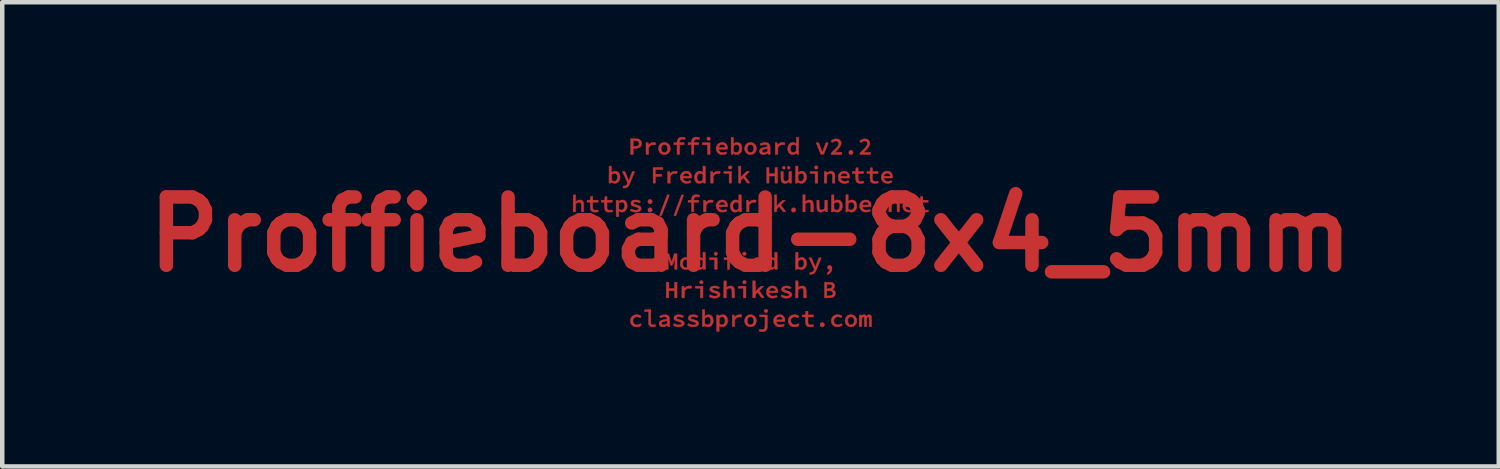
<source format=kicad_pcb>
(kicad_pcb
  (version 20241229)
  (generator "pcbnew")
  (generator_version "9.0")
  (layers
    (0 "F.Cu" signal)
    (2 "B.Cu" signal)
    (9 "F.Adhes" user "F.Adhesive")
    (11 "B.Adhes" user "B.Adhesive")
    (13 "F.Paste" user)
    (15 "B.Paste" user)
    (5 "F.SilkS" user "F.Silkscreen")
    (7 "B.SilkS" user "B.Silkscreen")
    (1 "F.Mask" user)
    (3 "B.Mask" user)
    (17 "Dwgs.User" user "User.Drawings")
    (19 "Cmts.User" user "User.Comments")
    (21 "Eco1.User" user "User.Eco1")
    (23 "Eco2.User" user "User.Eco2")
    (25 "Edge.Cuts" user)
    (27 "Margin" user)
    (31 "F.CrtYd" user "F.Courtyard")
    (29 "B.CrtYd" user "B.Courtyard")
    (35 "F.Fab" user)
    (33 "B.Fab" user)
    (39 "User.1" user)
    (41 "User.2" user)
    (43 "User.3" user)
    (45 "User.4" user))
  (footprint "Proffieboard-8x4_5mm"
    (layer "F.Cu")
    (at 13.687 2.177)
    (property "Reference" "Proffieboard-8x4_5mm" (at 0 0 0) (layer "F.Cu") (effects (font (size 1.524 1.524) (thickness 0.3))))
    (attr through_hole)
    (fp_poly (pts (xy -1.06 1.416) (xy -1.118 1.416) (xy -1.118 1.2) (xy -1.232 1.2) (xy -1.232 1.156) (xy -1.06 1.156) (xy -1.06 1.416)) (stroke (width 0.01) (type solid)) (fill yes) (layer "F.Cu"))
    (fp_poly (pts (xy -0.902 -1.784) (xy -0.959 -1.784) (xy -0.959 -2) (xy -1.073 -2) (xy -1.073 -2.045) (xy -0.902 -2.045) (xy -0.902 -1.784)) (stroke (width 0.01) (type solid)) (fill yes) (layer "F.Cu"))
    (fp_poly (pts (xy -0.743 0.781) (xy -0.8 0.781) (xy -0.8 0.565) (xy -0.914 0.565) (xy -0.914 0.521) (xy -0.743 0.521) (xy -0.743 0.781)) (stroke (width 0.01) (type solid)) (fill yes) (layer "F.Cu"))
    (fp_poly (pts (xy -0.102 0.781) (xy -0.159 0.781) (xy -0.159 0.565) (xy -0.273 0.565) (xy -0.273 0.521) (xy -0.102 0.521) (xy -0.102 0.781)) (stroke (width 0.01) (type solid)) (fill yes) (layer "F.Cu"))
    (fp_poly (pts (xy -0.102 1.416) (xy -0.159 1.416) (xy -0.159 1.2) (xy -0.273 1.2) (xy -0.273 1.156) (xy -0.102 1.156) (xy -0.102 1.416)) (stroke (width 0.01) (type solid)) (fill yes) (layer "F.Cu"))
    (fp_poly (pts (xy 1.499 -1.143) (xy 1.441 -1.143) (xy 1.441 -1.359) (xy 1.327 -1.359) (xy 1.327 -1.403) (xy 1.499 -1.403) (xy 1.499 -1.143)) (stroke (width 0.01) (type solid)) (fill yes) (layer "F.Cu"))
    (fp_poly (pts (xy -0.425 -1.143) (xy -0.476 -1.143) (xy -0.476 -1.358) (xy -0.535 -1.36) (xy -0.594 -1.362) (xy -0.596 -1.383) (xy -0.598 -1.403) (xy -0.425 -1.403) (xy -0.425 -1.143)) (stroke (width 0.01) (type solid)) (fill yes) (layer "F.Cu"))
    (fp_poly (pts (xy 0.375 -0.502) (xy 0.324 -0.502) (xy 0.324 -0.717) (xy 0.265 -0.719) (xy 0.206 -0.721) (xy 0.204 -0.741) (xy 0.202 -0.762) (xy 0.375 -0.762) (xy 0.375 -0.502)) (stroke (width 0.01) (type solid)) (fill yes) (layer "F.Cu"))
    (fp_poly (pts (xy -1.956 -1.448) (xy -2.121 -1.448) (xy -2.121 -1.34) (xy -1.981 -1.34) (xy -1.981 -1.296) (xy -2.049 -1.294) (xy -2.118 -1.292) (xy -2.12 -1.218) (xy -2.121 -1.143) (xy -2.172 -1.143) (xy -2.172 -1.492) (xy -1.956 -1.492) (xy -1.956 -1.448)) (stroke (width 0.01) (type solid)) (fill yes) (layer "F.Cu"))
    (fp_poly (pts (xy -1.822 1.206) (xy -1.695 1.206) (xy -1.695 1.067) (xy -1.638 1.067) (xy -1.638 1.416) (xy -1.695 1.416) (xy -1.695 1.257) (xy -1.822 1.257) (xy -1.822 1.416) (xy -1.88 1.416) (xy -1.88 1.067) (xy -1.822 1.067) (xy -1.822 1.206)) (stroke (width 0.01) (type solid)) (fill yes) (layer "F.Cu"))
    (fp_poly (pts (xy 0.413 -1.353) (xy 0.546 -1.353) (xy 0.546 -1.492) (xy 0.603 -1.492) (xy 0.603 -1.143) (xy 0.546 -1.143) (xy 0.546 -1.302) (xy 0.413 -1.302) (xy 0.413 -1.143) (xy 0.362 -1.143) (xy 0.362 -1.492) (xy 0.413 -1.492) (xy 0.413 -1.353)) (stroke (width 0.01) (type solid)) (fill yes) (layer "F.Cu"))
    (fp_poly (pts (xy -0.764 0.396) (xy -0.748 0.405) (xy -0.738 0.422) (xy -0.737 0.433) (xy -0.742 0.451) (xy -0.755 0.464) (xy -0.773 0.47) (xy -0.791 0.466) (xy -0.802 0.458) (xy -0.811 0.44) (xy -0.811 0.42) (xy -0.801 0.404) (xy -0.783 0.395) (xy -0.764 0.396)) (stroke (width 0.01) (type solid)) (fill yes) (layer "F.Cu"))
    (fp_poly (pts (xy -0.914 -2.166) (xy -0.901 -2.153) (xy -0.896 -2.135) (xy -0.899 -2.117) (xy -0.907 -2.106) (xy -0.923 -2.098) (xy -0.943 -2.096) (xy -0.956 -2.1) (xy -0.969 -2.115) (xy -0.974 -2.134) (xy -0.971 -2.148) (xy -0.959 -2.164) (xy -0.944 -2.171) (xy -0.933 -2.172) (xy -0.914 -2.166)) (stroke (width 0.01) (type solid)) (fill yes) (layer "F.Cu"))
    (fp_poly (pts (xy -0.114 0.399) (xy -0.101 0.412) (xy -0.096 0.43) (xy -0.099 0.448) (xy -0.107 0.459) (xy -0.123 0.468) (xy -0.143 0.469) (xy -0.156 0.465) (xy -0.169 0.45) (xy -0.174 0.431) (xy -0.171 0.418) (xy -0.159 0.401) (xy -0.144 0.395) (xy -0.133 0.394) (xy -0.114 0.399)) (stroke (width 0.01) (type solid)) (fill yes) (layer "F.Cu"))
    (fp_poly (pts (xy -0.114 1.034) (xy -0.101 1.047) (xy -0.096 1.065) (xy -0.099 1.083) (xy -0.107 1.094) (xy -0.123 1.103) (xy -0.143 1.104) (xy -0.156 1.1) (xy -0.169 1.085) (xy -0.174 1.066) (xy -0.171 1.053) (xy -0.159 1.036) (xy -0.144 1.03) (xy -0.133 1.029) (xy -0.114 1.034)) (stroke (width 0.01) (type solid)) (fill yes) (layer "F.Cu"))
    (fp_poly (pts (xy 0.749 -1.521) (xy 0.759 -1.515) (xy 0.771 -1.501) (xy 0.775 -1.483) (xy 0.77 -1.466) (xy 0.767 -1.462) (xy 0.752 -1.455) (xy 0.734 -1.456) (xy 0.721 -1.464) (xy 0.712 -1.481) (xy 0.714 -1.499) (xy 0.726 -1.514) (xy 0.727 -1.515) (xy 0.74 -1.522) (xy 0.749 -1.521)) (stroke (width 0.01) (type solid)) (fill yes) (layer "F.Cu"))
    (fp_poly (pts (xy 0.857 -1.521) (xy 0.867 -1.515) (xy 0.88 -1.501) (xy 0.883 -1.484) (xy 0.877 -1.468) (xy 0.863 -1.457) (xy 0.849 -1.454) (xy 0.837 -1.458) (xy 0.829 -1.464) (xy 0.82 -1.481) (xy 0.822 -1.499) (xy 0.834 -1.514) (xy 0.835 -1.515) (xy 0.847 -1.522) (xy 0.857 -1.521)) (stroke (width 0.01) (type solid)) (fill yes) (layer "F.Cu"))
    (fp_poly (pts (xy 1.486 -1.525) (xy 1.499 -1.512) (xy 1.505 -1.494) (xy 1.502 -1.476) (xy 1.493 -1.465) (xy 1.477 -1.456) (xy 1.457 -1.455) (xy 1.444 -1.459) (xy 1.431 -1.474) (xy 1.426 -1.493) (xy 1.429 -1.507) (xy 1.441 -1.523) (xy 1.456 -1.529) (xy 1.467 -1.53) (xy 1.486 -1.525)) (stroke (width 0.01) (type solid)) (fill yes) (layer "F.Cu"))
    (fp_poly (pts (xy -2.22 -0.775) (xy -2.203 -0.761) (xy -2.192 -0.742) (xy -2.191 -0.732) (xy -2.196 -0.71) (xy -2.21 -0.693) (xy -2.229 -0.683) (xy -2.25 -0.682) (xy -2.266 -0.689) (xy -2.282 -0.707) (xy -2.288 -0.728) (xy -2.286 -0.749) (xy -2.275 -0.766) (xy -2.256 -0.778) (xy -2.24 -0.781) (xy -2.22 -0.775)) (stroke (width 0.01) (type solid)) (fill yes) (layer "F.Cu"))
    (fp_poly (pts (xy -0.435 -1.524) (xy -0.42 -1.512) (xy -0.413 -1.496) (xy -0.413 -1.492) (xy -0.418 -1.476) (xy -0.432 -1.462) (xy -0.45 -1.455) (xy -0.454 -1.454) (xy -0.47 -1.459) (xy -0.483 -1.467) (xy -0.494 -1.484) (xy -0.493 -1.503) (xy -0.485 -1.516) (xy -0.471 -1.527) (xy -0.453 -1.529) (xy -0.435 -1.524)) (stroke (width 0.01) (type solid)) (fill yes) (layer "F.Cu"))
    (fp_poly (pts (xy 0.366 -0.883) (xy 0.38 -0.871) (xy 0.387 -0.854) (xy 0.387 -0.851) (xy 0.382 -0.835) (xy 0.368 -0.821) (xy 0.351 -0.813) (xy 0.346 -0.813) (xy 0.33 -0.817) (xy 0.318 -0.826) (xy 0.306 -0.843) (xy 0.308 -0.862) (xy 0.315 -0.875) (xy 0.329 -0.886) (xy 0.347 -0.888) (xy 0.366 -0.883)) (stroke (width 0.01) (type solid)) (fill yes) (layer "F.Cu"))
    (fp_poly (pts (xy 0.366 1.676) (xy 0.38 1.688) (xy 0.387 1.705) (xy 0.387 1.708) (xy 0.382 1.725) (xy 0.368 1.738) (xy 0.351 1.746) (xy 0.346 1.746) (xy 0.33 1.742) (xy 0.318 1.734) (xy 0.306 1.716) (xy 0.308 1.697) (xy 0.315 1.684) (xy 0.329 1.673) (xy 0.347 1.671) (xy 0.366 1.676)) (stroke (width 0.01) (type solid)) (fill yes) (layer "F.Cu"))
    (fp_poly (pts (xy 1.622 1.972) (xy 1.639 1.986) (xy 1.648 2.006) (xy 1.648 2.022) (xy 1.639 2.044) (xy 1.621 2.059) (xy 1.6 2.064) (xy 1.582 2.06) (xy 1.569 2.053) (xy 1.555 2.034) (xy 1.552 2.013) (xy 1.557 1.993) (xy 1.57 1.977) (xy 1.59 1.967) (xy 1.6 1.966) (xy 1.622 1.972)) (stroke (width 0.01) (type solid)) (fill yes) (layer "F.Cu"))
    (fp_poly (pts (xy 2.903 -0.588) (xy 2.92 -0.573) (xy 2.927 -0.55) (xy 2.927 -0.543) (xy 2.922 -0.522) (xy 2.909 -0.506) (xy 2.891 -0.497) (xy 2.871 -0.496) (xy 2.852 -0.505) (xy 2.845 -0.512) (xy 2.834 -0.534) (xy 2.833 -0.557) (xy 2.842 -0.576) (xy 2.858 -0.589) (xy 2.88 -0.593) (xy 2.903 -0.588)) (stroke (width 0.01) (type solid)) (fill yes) (layer "F.Cu"))
    (fp_poly (pts (xy -2.218 -0.589) (xy -2.203 -0.576) (xy -2.194 -0.558) (xy -2.192 -0.538) (xy -2.2 -0.518) (xy -2.206 -0.511) (xy -2.226 -0.499) (xy -2.248 -0.496) (xy -2.268 -0.502) (xy -2.269 -0.503) (xy -2.284 -0.521) (xy -2.288 -0.543) (xy -2.283 -0.565) (xy -2.269 -0.583) (xy -2.258 -0.589) (xy -2.237 -0.594) (xy -2.218 -0.589)) (stroke (width 0.01) (type solid)) (fill yes) (layer "F.Cu"))
    (fp_poly (pts (xy -1.078 1.034) (xy -1.063 1.047) (xy -1.054 1.063) (xy -1.054 1.067) (xy -1.06 1.083) (xy -1.073 1.097) (xy -1.091 1.105) (xy -1.095 1.105) (xy -1.112 1.1) (xy -1.124 1.092) (xy -1.133 1.078) (xy -1.137 1.067) (xy -1.131 1.05) (xy -1.117 1.036) (xy -1.1 1.029) (xy -1.095 1.029) (xy -1.078 1.034)) (stroke (width 0.01) (type solid)) (fill yes) (layer "F.Cu"))
    (fp_poly (pts (xy 0.983 -0.589) (xy 0.998 -0.576) (xy 1.007 -0.558) (xy 1.008 -0.538) (xy 1 -0.518) (xy 0.994 -0.511) (xy 0.975 -0.499) (xy 0.953 -0.496) (xy 0.933 -0.502) (xy 0.932 -0.503) (xy 0.917 -0.521) (xy 0.912 -0.543) (xy 0.917 -0.565) (xy 0.931 -0.583) (xy 0.942 -0.589) (xy 0.964 -0.594) (xy 0.983 -0.589)) (stroke (width 0.01) (type solid)) (fill yes) (layer "F.Cu"))
    (fp_poly (pts (xy 2.248 -1.876) (xy 2.266 -1.868) (xy 2.28 -1.854) (xy 2.288 -1.836) (xy 2.286 -1.814) (xy 2.285 -1.81) (xy 2.273 -1.79) (xy 2.254 -1.779) (xy 2.232 -1.779) (xy 2.211 -1.789) (xy 2.206 -1.794) (xy 2.193 -1.812) (xy 2.192 -1.833) (xy 2.198 -1.85) (xy 2.211 -1.868) (xy 2.229 -1.876) (xy 2.248 -1.876)) (stroke (width 0.01) (type solid)) (fill yes) (layer "F.Cu"))
    (fp_poly (pts (xy -2.136 -2.05) (xy -2.122 -2.044) (xy -2.116 -2.034) (xy -2.117 -2.018) (xy -2.121 -1.997) (xy -2.217 -1.997) (xy -2.245 -1.967) (xy -2.273 -1.937) (xy -2.273 -1.784) (xy -2.33 -1.784) (xy -2.33 -2.045) (xy -2.28 -2.045) (xy -2.28 -1.987) (xy -2.257 -2.01) (xy -2.226 -2.035) (xy -2.193 -2.048) (xy -2.161 -2.051) (xy -2.136 -2.05)) (stroke (width 0.01) (type solid)) (fill yes) (layer "F.Cu"))
    (fp_poly (pts (xy -1.336 1.151) (xy -1.321 1.156) (xy -1.316 1.166) (xy -1.317 1.182) (xy -1.321 1.203) (xy -1.417 1.203) (xy -1.445 1.233) (xy -1.473 1.263) (xy -1.473 1.416) (xy -1.53 1.416) (xy -1.53 1.156) (xy -1.48 1.156) (xy -1.48 1.213) (xy -1.456 1.19) (xy -1.426 1.166) (xy -1.393 1.153) (xy -1.361 1.149) (xy -1.336 1.151)) (stroke (width 0.01) (type solid)) (fill yes) (layer "F.Cu"))
    (fp_poly (pts (xy -1.496 -2.166) (xy -1.471 -2.161) (xy -1.457 -2.152) (xy -1.454 -2.144) (xy -1.457 -2.127) (xy -1.465 -2.119) (xy -1.481 -2.12) (xy -1.49 -2.122) (xy -1.523 -2.125) (xy -1.549 -2.119) (xy -1.569 -2.104) (xy -1.579 -2.081) (xy -1.581 -2.063) (xy -1.581 -2.045) (xy -1.48 -2.045) (xy -1.48 -2) (xy -1.581 -2) (xy -1.581 -1.784) (xy -1.638 -1.784) (xy -1.638 -2) (xy -1.708 -2) (xy -1.708 -2.045) (xy -1.64 -2.045) (xy -1.636 -2.075) (xy -1.626 -2.112) (xy -1.608 -2.14) (xy -1.581 -2.158) (xy -1.546 -2.167) (xy -1.534 -2.168) (xy -1.496 -2.166)) (stroke (width 0.01) (type solid)) (fill yes) (layer "F.Cu"))
    (fp_poly (pts (xy -0.695 -1.408) (xy -0.68 -1.404) (xy -0.675 -1.394) (xy -0.676 -1.379) (xy -0.677 -1.377) (xy -0.681 -1.365) (xy -0.687 -1.359) (xy -0.698 -1.358) (xy -0.718 -1.358) (xy -0.718 -1.358) (xy -0.749 -1.357) (xy -0.774 -1.351) (xy -0.796 -1.336) (xy -0.809 -1.323) (xy -0.832 -1.3) (xy -0.832 -1.143) (xy -0.889 -1.143) (xy -0.889 -1.404) (xy -0.865 -1.402) (xy -0.85 -1.4) (xy -0.843 -1.395) (xy -0.84 -1.382) (xy -0.839 -1.373) (xy -0.837 -1.346) (xy -0.822 -1.365) (xy -0.796 -1.387) (xy -0.762 -1.403) (xy -0.726 -1.409) (xy -0.72 -1.41) (xy -0.695 -1.408)) (stroke (width 0.01) (type solid)) (fill yes) (layer "F.Cu"))
    (fp_poly (pts (xy 0.105 -0.767) (xy 0.12 -0.762) (xy 0.126 -0.753) (xy 0.124 -0.738) (xy 0.123 -0.736) (xy 0.119 -0.724) (xy 0.114 -0.718) (xy 0.103 -0.716) (xy 0.083 -0.717) (xy 0.082 -0.717) (xy 0.051 -0.716) (xy 0.026 -0.709) (xy 0.005 -0.695) (xy -0.009 -0.682) (xy -0.032 -0.658) (xy -0.032 -0.502) (xy -0.089 -0.502) (xy -0.089 -0.763) (xy -0.065 -0.761) (xy -0.05 -0.759) (xy -0.043 -0.753) (xy -0.04 -0.741) (xy -0.039 -0.732) (xy -0.037 -0.705) (xy -0.022 -0.723) (xy 0.005 -0.746) (xy 0.038 -0.761) (xy 0.074 -0.768) (xy 0.08 -0.768) (xy 0.105 -0.767)) (stroke (width 0.01) (type solid)) (fill yes) (layer "F.Cu"))
    (fp_poly (pts (xy 1.219 -0.723) (xy 1.244 -0.744) (xy 1.276 -0.761) (xy 1.311 -0.768) (xy 1.346 -0.763) (xy 1.355 -0.76) (xy 1.371 -0.751) (xy 1.383 -0.739) (xy 1.392 -0.721) (xy 1.398 -0.697) (xy 1.402 -0.665) (xy 1.403 -0.622) (xy 1.403 -0.598) (xy 1.403 -0.502) (xy 1.346 -0.502) (xy 1.346 -0.596) (xy 1.346 -0.634) (xy 1.345 -0.661) (xy 1.344 -0.68) (xy 1.341 -0.692) (xy 1.338 -0.701) (xy 1.335 -0.705) (xy 1.317 -0.717) (xy 1.294 -0.72) (xy 1.268 -0.714) (xy 1.245 -0.702) (xy 1.219 -0.684) (xy 1.219 -0.502) (xy 1.168 -0.502) (xy 1.168 -0.883) (xy 1.219 -0.883) (xy 1.219 -0.723)) (stroke (width 0.01) (type solid)) (fill yes) (layer "F.Cu"))
    (fp_poly (pts (xy -0.537 1.188) (xy -0.513 1.171) (xy -0.483 1.156) (xy -0.449 1.15) (xy -0.417 1.154) (xy -0.405 1.159) (xy -0.389 1.168) (xy -0.378 1.179) (xy -0.369 1.195) (xy -0.363 1.217) (xy -0.36 1.247) (xy -0.357 1.287) (xy -0.357 1.316) (xy -0.354 1.416) (xy -0.413 1.416) (xy -0.413 1.327) (xy -0.413 1.284) (xy -0.415 1.251) (xy -0.419 1.229) (xy -0.426 1.213) (xy -0.435 1.204) (xy -0.447 1.199) (xy -0.451 1.198) (xy -0.477 1.198) (xy -0.505 1.209) (xy -0.522 1.22) (xy -0.54 1.233) (xy -0.54 1.416) (xy -0.597 1.416) (xy -0.595 1.227) (xy -0.594 1.038) (xy -0.54 1.034) (xy -0.537 1.188)) (stroke (width 0.01) (type solid)) (fill yes) (layer "F.Cu"))
    (fp_poly (pts (xy -0.216 -1.273) (xy -0.151 -1.338) (xy -0.125 -1.364) (xy -0.107 -1.381) (xy -0.093 -1.393) (xy -0.082 -1.399) (xy -0.073 -1.402) (xy -0.062 -1.403) (xy -0.054 -1.403) (xy -0.023 -1.403) (xy -0.074 -1.351) (xy -0.126 -1.299) (xy -0.07 -1.222) (xy -0.013 -1.146) (xy -0.043 -1.144) (xy -0.065 -1.145) (xy -0.076 -1.15) (xy -0.077 -1.151) (xy -0.082 -1.159) (xy -0.094 -1.175) (xy -0.109 -1.196) (xy -0.121 -1.212) (xy -0.16 -1.265) (xy -0.188 -1.238) (xy -0.204 -1.221) (xy -0.212 -1.209) (xy -0.215 -1.195) (xy -0.216 -1.177) (xy -0.216 -1.143) (xy -0.267 -1.143) (xy -0.267 -1.524) (xy -0.216 -1.524) (xy -0.216 -1.273)) (stroke (width 0.01) (type solid)) (fill yes) (layer "F.Cu"))
    (fp_poly (pts (xy 0.584 -0.632) (xy 0.649 -0.697) (xy 0.675 -0.722) (xy 0.693 -0.74) (xy 0.707 -0.751) (xy 0.718 -0.758) (xy 0.727 -0.761) (xy 0.738 -0.762) (xy 0.746 -0.762) (xy 0.778 -0.762) (xy 0.726 -0.71) (xy 0.674 -0.657) (xy 0.73 -0.581) (xy 0.787 -0.505) (xy 0.757 -0.503) (xy 0.735 -0.503) (xy 0.724 -0.509) (xy 0.723 -0.509) (xy 0.718 -0.518) (xy 0.706 -0.534) (xy 0.691 -0.555) (xy 0.679 -0.571) (xy 0.64 -0.624) (xy 0.612 -0.596) (xy 0.597 -0.58) (xy 0.588 -0.567) (xy 0.585 -0.553) (xy 0.584 -0.535) (xy 0.584 -0.502) (xy 0.533 -0.502) (xy 0.533 -0.883) (xy 0.584 -0.883) (xy 0.584 -0.632)) (stroke (width 0.01) (type solid)) (fill yes) (layer "F.Cu"))
    (fp_poly (pts (xy 1.064 1.188) (xy 1.087 1.171) (xy 1.117 1.156) (xy 1.151 1.15) (xy 1.183 1.154) (xy 1.196 1.159) (xy 1.211 1.168) (xy 1.223 1.179) (xy 1.231 1.195) (xy 1.237 1.217) (xy 1.241 1.247) (xy 1.243 1.287) (xy 1.244 1.316) (xy 1.246 1.416) (xy 1.187 1.416) (xy 1.187 1.327) (xy 1.187 1.284) (xy 1.185 1.251) (xy 1.181 1.229) (xy 1.175 1.213) (xy 1.165 1.204) (xy 1.153 1.199) (xy 1.15 1.198) (xy 1.123 1.198) (xy 1.095 1.209) (xy 1.079 1.22) (xy 1.06 1.233) (xy 1.06 1.416) (xy 1.003 1.416) (xy 1.005 1.227) (xy 1.006 1.038) (xy 1.06 1.034) (xy 1.064 1.188)) (stroke (width 0.01) (type solid)) (fill yes) (layer "F.Cu"))
    (fp_poly (pts (xy 1.786 0.697) (xy 1.803 0.711) (xy 1.813 0.731) (xy 1.817 0.757) (xy 1.815 0.785) (xy 1.806 0.813) (xy 1.792 0.84) (xy 1.772 0.864) (xy 1.749 0.881) (xy 1.731 0.891) (xy 1.721 0.894) (xy 1.715 0.891) (xy 1.71 0.882) (xy 1.71 0.88) (xy 1.706 0.87) (xy 1.709 0.862) (xy 1.72 0.853) (xy 1.728 0.848) (xy 1.746 0.832) (xy 1.76 0.815) (xy 1.763 0.809) (xy 1.769 0.793) (xy 1.77 0.785) (xy 1.764 0.781) (xy 1.753 0.778) (xy 1.732 0.768) (xy 1.719 0.753) (xy 1.716 0.735) (xy 1.72 0.717) (xy 1.732 0.702) (xy 1.751 0.693) (xy 1.762 0.692) (xy 1.786 0.697)) (stroke (width 0.01) (type solid)) (fill yes) (layer "F.Cu"))
    (fp_poly (pts (xy -1.663 -1.408) (xy -1.644 -1.406) (xy -1.635 -1.402) (xy -1.634 -1.394) (xy -1.636 -1.379) (xy -1.637 -1.377) (xy -1.642 -1.357) (xy -1.682 -1.358) (xy -1.719 -1.355) (xy -1.749 -1.343) (xy -1.774 -1.32) (xy -1.778 -1.315) (xy -1.783 -1.305) (xy -1.787 -1.294) (xy -1.789 -1.278) (xy -1.79 -1.256) (xy -1.791 -1.223) (xy -1.791 -1.22) (xy -1.791 -1.143) (xy -1.848 -1.143) (xy -1.848 -1.403) (xy -1.826 -1.403) (xy -1.812 -1.402) (xy -1.805 -1.397) (xy -1.801 -1.383) (xy -1.8 -1.378) (xy -1.796 -1.352) (xy -1.772 -1.374) (xy -1.752 -1.389) (xy -1.731 -1.4) (xy -1.724 -1.403) (xy -1.707 -1.407) (xy -1.685 -1.408) (xy -1.663 -1.408)) (stroke (width 0.01) (type solid)) (fill yes) (layer "F.Cu"))
    (fp_poly (pts (xy -1.175 -2.165) (xy -1.151 -2.16) (xy -1.137 -2.154) (xy -1.133 -2.146) (xy -1.135 -2.134) (xy -1.136 -2.132) (xy -1.141 -2.122) (xy -1.148 -2.118) (xy -1.161 -2.12) (xy -1.169 -2.122) (xy -1.199 -2.125) (xy -1.226 -2.121) (xy -1.246 -2.11) (xy -1.248 -2.108) (xy -1.256 -2.094) (xy -1.261 -2.075) (xy -1.262 -2.071) (xy -1.265 -2.045) (xy -1.156 -2.045) (xy -1.156 -2) (xy -1.264 -2) (xy -1.264 -1.784) (xy -1.314 -1.784) (xy -1.314 -2) (xy -1.391 -2) (xy -1.391 -2.045) (xy -1.314 -2.045) (xy -1.314 -2.071) (xy -1.309 -2.105) (xy -1.294 -2.133) (xy -1.269 -2.154) (xy -1.238 -2.166) (xy -1.2 -2.168) (xy -1.175 -2.165)) (stroke (width 0.01) (type solid)) (fill yes) (layer "F.Cu"))
    (fp_poly (pts (xy -1.175 -0.883) (xy -1.151 -0.877) (xy -1.137 -0.871) (xy -1.133 -0.864) (xy -1.135 -0.852) (xy -1.136 -0.849) (xy -1.141 -0.839) (xy -1.148 -0.836) (xy -1.161 -0.837) (xy -1.169 -0.839) (xy -1.199 -0.842) (xy -1.226 -0.838) (xy -1.246 -0.828) (xy -1.248 -0.825) (xy -1.256 -0.812) (xy -1.261 -0.792) (xy -1.262 -0.788) (xy -1.265 -0.762) (xy -1.156 -0.762) (xy -1.156 -0.718) (xy -1.264 -0.718) (xy -1.264 -0.502) (xy -1.314 -0.502) (xy -1.314 -0.718) (xy -1.391 -0.718) (xy -1.391 -0.762) (xy -1.314 -0.762) (xy -1.314 -0.788) (xy -1.309 -0.823) (xy -1.294 -0.851) (xy -1.269 -0.871) (xy -1.238 -0.883) (xy -1.2 -0.886) (xy -1.175 -0.883)) (stroke (width 0.01) (type solid)) (fill yes) (layer "F.Cu"))
    (fp_poly (pts (xy -0.863 -0.766) (xy -0.844 -0.764) (xy -0.835 -0.76) (xy -0.834 -0.753) (xy -0.836 -0.738) (xy -0.837 -0.736) (xy -0.842 -0.715) (xy -0.881 -0.717) (xy -0.919 -0.714) (xy -0.949 -0.702) (xy -0.974 -0.679) (xy -0.978 -0.673) (xy -0.983 -0.664) (xy -0.987 -0.653) (xy -0.989 -0.637) (xy -0.99 -0.614) (xy -0.991 -0.582) (xy -0.991 -0.578) (xy -0.991 -0.502) (xy -1.048 -0.502) (xy -1.048 -0.762) (xy -1.026 -0.762) (xy -1.012 -0.761) (xy -1.005 -0.755) (xy -1.001 -0.742) (xy -1 -0.736) (xy -0.996 -0.711) (xy -0.972 -0.732) (xy -0.952 -0.747) (xy -0.931 -0.759) (xy -0.924 -0.762) (xy -0.907 -0.765) (xy -0.885 -0.767) (xy -0.863 -0.766)) (stroke (width 0.01) (type solid)) (fill yes) (layer "F.Cu"))
    (fp_poly (pts (xy -0.374 0.4) (xy -0.351 0.405) (xy -0.337 0.411) (xy -0.333 0.419) (xy -0.335 0.431) (xy -0.336 0.433) (xy -0.341 0.443) (xy -0.348 0.447) (xy -0.361 0.445) (xy -0.369 0.444) (xy -0.399 0.441) (xy -0.426 0.445) (xy -0.445 0.455) (xy -0.448 0.457) (xy -0.455 0.471) (xy -0.461 0.49) (xy -0.462 0.495) (xy -0.465 0.521) (xy -0.356 0.521) (xy -0.356 0.565) (xy -0.464 0.565) (xy -0.464 0.781) (xy -0.514 0.781) (xy -0.514 0.565) (xy -0.591 0.565) (xy -0.591 0.521) (xy -0.514 0.521) (xy -0.514 0.495) (xy -0.509 0.46) (xy -0.493 0.432) (xy -0.469 0.412) (xy -0.437 0.4) (xy -0.399 0.397) (xy -0.374 0.4)) (stroke (width 0.01) (type solid)) (fill yes) (layer "F.Cu"))
    (fp_poly (pts (xy -0.214 1.794) (xy -0.199 1.796) (xy -0.194 1.798) (xy -0.193 1.805) (xy -0.196 1.82) (xy -0.197 1.823) (xy -0.203 1.845) (xy -0.243 1.843) (xy -0.267 1.842) (xy -0.284 1.845) (xy -0.299 1.852) (xy -0.305 1.855) (xy -0.325 1.871) (xy -0.339 1.888) (xy -0.349 1.907) (xy -0.354 1.933) (xy -0.355 1.968) (xy -0.356 1.985) (xy -0.356 2.057) (xy -0.406 2.057) (xy -0.406 1.797) (xy -0.384 1.797) (xy -0.369 1.798) (xy -0.363 1.804) (xy -0.362 1.817) (xy -0.362 1.819) (xy -0.36 1.837) (xy -0.354 1.844) (xy -0.343 1.838) (xy -0.336 1.831) (xy -0.305 1.807) (xy -0.27 1.794) (xy -0.234 1.792) (xy -0.214 1.794)) (stroke (width 0.01) (type solid)) (fill yes) (layer "F.Cu"))
    (fp_poly (pts (xy 0.738 -2.049) (xy 0.756 -2.047) (xy 0.766 -2.043) (xy 0.767 -2.035) (xy 0.764 -2.021) (xy 0.764 -2.019) (xy 0.758 -1.998) (xy 0.719 -2) (xy 0.681 -1.997) (xy 0.651 -1.984) (xy 0.626 -1.961) (xy 0.622 -1.956) (xy 0.617 -1.947) (xy 0.613 -1.935) (xy 0.611 -1.92) (xy 0.61 -1.897) (xy 0.61 -1.864) (xy 0.61 -1.861) (xy 0.61 -1.784) (xy 0.552 -1.784) (xy 0.552 -2.045) (xy 0.574 -2.045) (xy 0.588 -2.044) (xy 0.595 -2.038) (xy 0.599 -2.025) (xy 0.6 -2.019) (xy 0.604 -1.993) (xy 0.628 -2.015) (xy 0.648 -2.03) (xy 0.669 -2.042) (xy 0.676 -2.045) (xy 0.693 -2.048) (xy 0.715 -2.05) (xy 0.738 -2.049)) (stroke (width 0.01) (type solid)) (fill yes) (layer "F.Cu"))
    (fp_poly (pts (xy 1.724 -2.045) (xy 1.729 -2.043) (xy 1.73 -2.038) (xy 1.728 -2.029) (xy 1.723 -2.014) (xy 1.715 -1.991) (xy 1.702 -1.96) (xy 1.686 -1.918) (xy 1.68 -1.905) (xy 1.633 -1.788) (xy 1.602 -1.786) (xy 1.57 -1.784) (xy 1.519 -1.911) (xy 1.503 -1.948) (xy 1.49 -1.982) (xy 1.479 -2.01) (xy 1.471 -2.03) (xy 1.467 -2.04) (xy 1.467 -2.042) (xy 1.472 -2.044) (xy 1.487 -2.044) (xy 1.494 -2.043) (xy 1.521 -2.042) (xy 1.562 -1.934) (xy 1.603 -1.827) (xy 1.614 -1.861) (xy 1.621 -1.881) (xy 1.631 -1.909) (xy 1.643 -1.941) (xy 1.655 -1.97) (xy 1.684 -2.045) (xy 1.709 -2.045) (xy 1.718 -2.045) (xy 1.724 -2.045)) (stroke (width 0.01) (type solid)) (fill yes) (layer "F.Cu"))
    (fp_poly (pts (xy -2.223 1.988) (xy -2.206 2.004) (xy -2.195 2.014) (xy -2.184 2.018) (xy -2.168 2.018) (xy -2.156 2.016) (xy -2.137 2.014) (xy -2.126 2.015) (xy -2.121 2.02) (xy -2.119 2.027) (xy -2.115 2.042) (xy -2.118 2.05) (xy -2.13 2.055) (xy -2.135 2.057) (xy -2.166 2.063) (xy -2.199 2.062) (xy -2.227 2.054) (xy -2.245 2.043) (xy -2.259 2.026) (xy -2.26 2.024) (xy -2.265 2.017) (xy -2.268 2.008) (xy -2.27 1.996) (xy -2.272 1.98) (xy -2.273 1.957) (xy -2.273 1.926) (xy -2.273 1.885) (xy -2.273 1.862) (xy -2.273 1.721) (xy -2.363 1.721) (xy -2.361 1.7) (xy -2.359 1.68) (xy -2.291 1.678) (xy -2.223 1.676) (xy -2.223 1.988)) (stroke (width 0.01) (type solid)) (fill yes) (layer "F.Cu"))
    (fp_poly (pts (xy -1.81 -0.879) (xy -1.81 -0.878) (xy -1.812 -0.871) (xy -1.819 -0.854) (xy -1.829 -0.827) (xy -1.841 -0.793) (xy -1.857 -0.752) (xy -1.874 -0.705) (xy -1.894 -0.655) (xy -1.897 -0.645) (xy -1.92 -0.586) (xy -1.938 -0.539) (xy -1.952 -0.502) (xy -1.964 -0.472) (xy -1.973 -0.451) (xy -1.98 -0.435) (xy -1.986 -0.425) (xy -1.991 -0.419) (xy -1.995 -0.416) (xy -2 -0.414) (xy -2.004 -0.414) (xy -2.018 -0.414) (xy -2.027 -0.416) (xy -2.025 -0.423) (xy -2.02 -0.44) (xy -2.011 -0.466) (xy -1.999 -0.5) (xy -1.984 -0.541) (xy -1.967 -0.588) (xy -1.948 -0.638) (xy -1.944 -0.65) (xy -1.857 -0.879) (xy -1.833 -0.881) (xy -1.818 -0.882) (xy -1.81 -0.879)) (stroke (width 0.01) (type solid)) (fill yes) (layer "F.Cu"))
    (fp_poly (pts (xy -3.9 -0.805) (xy -3.902 -0.727) (xy -3.871 -0.748) (xy -3.838 -0.764) (xy -3.805 -0.769) (xy -3.775 -0.763) (xy -3.749 -0.747) (xy -3.736 -0.731) (xy -3.73 -0.722) (xy -3.726 -0.713) (xy -3.724 -0.701) (xy -3.722 -0.684) (xy -3.721 -0.66) (xy -3.721 -0.627) (xy -3.721 -0.605) (xy -3.721 -0.502) (xy -3.772 -0.502) (xy -3.772 -0.586) (xy -3.772 -0.63) (xy -3.774 -0.662) (xy -3.778 -0.685) (xy -3.784 -0.701) (xy -3.793 -0.711) (xy -3.805 -0.717) (xy -3.805 -0.717) (xy -3.831 -0.721) (xy -3.859 -0.713) (xy -3.878 -0.701) (xy -3.899 -0.685) (xy -3.899 -0.502) (xy -3.956 -0.502) (xy -3.955 -0.691) (xy -3.953 -0.879) (xy -3.925 -0.881) (xy -3.898 -0.883) (xy -3.9 -0.805)) (stroke (width 0.01) (type solid)) (fill yes) (layer "F.Cu"))
    (fp_poly (pts (xy 1.825 -1.405) (xy 1.851 -1.388) (xy 1.865 -1.372) (xy 1.871 -1.363) (xy 1.874 -1.354) (xy 1.877 -1.342) (xy 1.879 -1.326) (xy 1.879 -1.302) (xy 1.88 -1.269) (xy 1.88 -1.247) (xy 1.88 -1.143) (xy 1.829 -1.143) (xy 1.829 -1.228) (xy 1.828 -1.271) (xy 1.826 -1.303) (xy 1.823 -1.326) (xy 1.817 -1.342) (xy 1.808 -1.352) (xy 1.796 -1.358) (xy 1.796 -1.358) (xy 1.769 -1.362) (xy 1.742 -1.354) (xy 1.722 -1.342) (xy 1.702 -1.327) (xy 1.702 -1.143) (xy 1.645 -1.143) (xy 1.645 -1.404) (xy 1.668 -1.402) (xy 1.685 -1.399) (xy 1.692 -1.393) (xy 1.694 -1.383) (xy 1.696 -1.367) (xy 1.728 -1.388) (xy 1.762 -1.405) (xy 1.795 -1.411) (xy 1.825 -1.405)) (stroke (width 0.01) (type solid)) (fill yes) (layer "F.Cu"))
    (fp_poly (pts (xy 0.375 1.948) (xy 0.374 2.001) (xy 0.374 2.043) (xy 0.372 2.076) (xy 0.369 2.101) (xy 0.364 2.119) (xy 0.357 2.132) (xy 0.348 2.142) (xy 0.336 2.151) (xy 0.324 2.157) (xy 0.294 2.168) (xy 0.26 2.171) (xy 0.219 2.165) (xy 0.217 2.164) (xy 0.198 2.157) (xy 0.19 2.146) (xy 0.195 2.131) (xy 0.198 2.125) (xy 0.205 2.119) (xy 0.215 2.118) (xy 0.233 2.122) (xy 0.234 2.122) (xy 0.264 2.126) (xy 0.29 2.121) (xy 0.309 2.108) (xy 0.317 2.094) (xy 0.319 2.081) (xy 0.321 2.057) (xy 0.323 2.024) (xy 0.324 1.985) (xy 0.324 1.958) (xy 0.324 1.842) (xy 0.265 1.84) (xy 0.206 1.838) (xy 0.204 1.818) (xy 0.202 1.797) (xy 0.375 1.797) (xy 0.375 1.948)) (stroke (width 0.01) (type solid)) (fill yes) (layer "F.Cu"))
    (fp_poly (pts (xy -1.499 -0.881) (xy -1.492 -0.878) (xy -1.492 -0.877) (xy -1.494 -0.87) (xy -1.501 -0.852) (xy -1.51 -0.826) (xy -1.523 -0.791) (xy -1.538 -0.751) (xy -1.555 -0.705) (xy -1.572 -0.66) (xy -1.591 -0.61) (xy -1.609 -0.563) (xy -1.624 -0.521) (xy -1.638 -0.486) (xy -1.648 -0.457) (xy -1.656 -0.438) (xy -1.659 -0.43) (xy -1.666 -0.418) (xy -1.677 -0.413) (xy -1.687 -0.413) (xy -1.701 -0.414) (xy -1.708 -0.418) (xy -1.708 -0.419) (xy -1.706 -0.426) (xy -1.7 -0.443) (xy -1.691 -0.469) (xy -1.678 -0.502) (xy -1.664 -0.541) (xy -1.648 -0.584) (xy -1.631 -0.629) (xy -1.614 -0.676) (xy -1.596 -0.722) (xy -1.58 -0.767) (xy -1.564 -0.807) (xy -1.551 -0.843) (xy -1.54 -0.872) (xy -1.53 -0.88) (xy -1.514 -0.883) (xy -1.499 -0.881)) (stroke (width 0.01) (type solid)) (fill yes) (layer "F.Cu"))
    (fp_poly (pts (xy 2.576 -2.128) (xy 2.612 -2.116) (xy 2.638 -2.095) (xy 2.654 -2.067) (xy 2.661 -2.032) (xy 2.661 -2.029) (xy 2.657 -2.003) (xy 2.648 -1.976) (xy 2.63 -1.947) (xy 2.603 -1.914) (xy 2.573 -1.881) (xy 2.521 -1.829) (xy 2.68 -1.829) (xy 2.68 -1.784) (xy 2.438 -1.784) (xy 2.438 -1.8) (xy 2.443 -1.814) (xy 2.458 -1.832) (xy 2.472 -1.846) (xy 2.517 -1.888) (xy 2.552 -1.924) (xy 2.578 -1.955) (xy 2.596 -1.982) (xy 2.606 -2.006) (xy 2.61 -2.029) (xy 2.61 -2.029) (xy 2.605 -2.054) (xy 2.591 -2.071) (xy 2.57 -2.082) (xy 2.544 -2.085) (xy 2.515 -2.08) (xy 2.486 -2.066) (xy 2.482 -2.063) (xy 2.463 -2.049) (xy 2.431 -2.081) (xy 2.46 -2.101) (xy 2.497 -2.12) (xy 2.538 -2.129) (xy 2.576 -2.128)) (stroke (width 0.01) (type solid)) (fill yes) (layer "F.Cu"))
    (fp_poly (pts (xy -2.599 -2.134) (xy -2.567 -2.133) (xy -2.537 -2.131) (xy -2.513 -2.129) (xy -2.501 -2.127) (xy -2.469 -2.112) (xy -2.445 -2.089) (xy -2.431 -2.059) (xy -2.427 -2.025) (xy -2.431 -2.001) (xy -2.443 -1.971) (xy -2.461 -1.948) (xy -2.487 -1.933) (xy -2.522 -1.923) (xy -2.56 -1.919) (xy -2.616 -1.916) (xy -2.616 -1.784) (xy -2.673 -1.784) (xy -2.673 -1.962) (xy -2.616 -1.962) (xy -2.578 -1.962) (xy -2.553 -1.964) (xy -2.53 -1.968) (xy -2.518 -1.971) (xy -2.502 -1.981) (xy -2.49 -1.992) (xy -2.49 -1.993) (xy -2.483 -2.018) (xy -2.486 -2.045) (xy -2.498 -2.068) (xy -2.498 -2.068) (xy -2.507 -2.077) (xy -2.517 -2.083) (xy -2.531 -2.086) (xy -2.553 -2.088) (xy -2.565 -2.088) (xy -2.616 -2.09) (xy -2.616 -1.962) (xy -2.673 -1.962) (xy -2.673 -2.134) (xy -2.599 -2.134)) (stroke (width 0.01) (type solid)) (fill yes) (layer "F.Cu"))
    (fp_poly (pts (xy 0.731 -1.309) (xy 0.732 -1.271) (xy 0.734 -1.244) (xy 0.736 -1.225) (xy 0.738 -1.213) (xy 0.742 -1.205) (xy 0.745 -1.201) (xy 0.766 -1.187) (xy 0.79 -1.184) (xy 0.817 -1.19) (xy 0.842 -1.207) (xy 0.843 -1.208) (xy 0.849 -1.214) (xy 0.853 -1.221) (xy 0.855 -1.232) (xy 0.856 -1.248) (xy 0.857 -1.271) (xy 0.857 -1.305) (xy 0.857 -1.312) (xy 0.857 -1.403) (xy 0.914 -1.403) (xy 0.914 -1.143) (xy 0.892 -1.143) (xy 0.876 -1.144) (xy 0.869 -1.151) (xy 0.866 -1.161) (xy 0.862 -1.179) (xy 0.831 -1.158) (xy 0.797 -1.141) (xy 0.764 -1.137) (xy 0.73 -1.145) (xy 0.724 -1.148) (xy 0.709 -1.157) (xy 0.697 -1.168) (xy 0.689 -1.184) (xy 0.684 -1.205) (xy 0.681 -1.235) (xy 0.68 -1.274) (xy 0.679 -1.303) (xy 0.679 -1.403) (xy 0.729 -1.403) (xy 0.731 -1.309)) (stroke (width 0.01) (type solid)) (fill yes) (layer "F.Cu"))
    (fp_poly (pts (xy 1.531 -0.667) (xy 1.532 -0.63) (xy 1.534 -0.603) (xy 1.536 -0.584) (xy 1.538 -0.572) (xy 1.542 -0.564) (xy 1.545 -0.56) (xy 1.566 -0.546) (xy 1.59 -0.542) (xy 1.617 -0.549) (xy 1.642 -0.566) (xy 1.643 -0.567) (xy 1.649 -0.573) (xy 1.653 -0.58) (xy 1.655 -0.59) (xy 1.657 -0.606) (xy 1.657 -0.63) (xy 1.657 -0.664) (xy 1.657 -0.671) (xy 1.657 -0.762) (xy 1.714 -0.762) (xy 1.714 -0.502) (xy 1.692 -0.502) (xy 1.677 -0.503) (xy 1.669 -0.509) (xy 1.666 -0.52) (xy 1.662 -0.538) (xy 1.631 -0.517) (xy 1.597 -0.5) (xy 1.564 -0.495) (xy 1.531 -0.503) (xy 1.524 -0.506) (xy 1.509 -0.516) (xy 1.497 -0.527) (xy 1.489 -0.542) (xy 1.484 -0.564) (xy 1.481 -0.593) (xy 1.48 -0.632) (xy 1.48 -0.662) (xy 1.48 -0.762) (xy 1.529 -0.762) (xy 1.531 -0.667)) (stroke (width 0.01) (type solid)) (fill yes) (layer "F.Cu"))
    (fp_poly (pts (xy 3.267 -0.763) (xy 3.286 -0.756) (xy 3.3 -0.743) (xy 3.31 -0.724) (xy 3.316 -0.696) (xy 3.32 -0.659) (xy 3.321 -0.611) (xy 3.321 -0.6) (xy 3.321 -0.502) (xy 3.271 -0.502) (xy 3.269 -0.596) (xy 3.268 -0.634) (xy 3.267 -0.661) (xy 3.265 -0.68) (xy 3.262 -0.692) (xy 3.258 -0.7) (xy 3.256 -0.704) (xy 3.236 -0.716) (xy 3.211 -0.72) (xy 3.185 -0.715) (xy 3.161 -0.7) (xy 3.158 -0.698) (xy 3.152 -0.691) (xy 3.148 -0.684) (xy 3.146 -0.674) (xy 3.144 -0.659) (xy 3.143 -0.636) (xy 3.143 -0.603) (xy 3.143 -0.593) (xy 3.143 -0.502) (xy 3.086 -0.502) (xy 3.086 -0.762) (xy 3.108 -0.762) (xy 3.123 -0.76) (xy 3.131 -0.754) (xy 3.134 -0.742) (xy 3.138 -0.723) (xy 3.152 -0.735) (xy 3.183 -0.757) (xy 3.217 -0.767) (xy 3.243 -0.767) (xy 3.267 -0.763)) (stroke (width 0.01) (type solid)) (fill yes) (layer "F.Cu"))
    (fp_poly (pts (xy 3.842 -0.762) (xy 3.962 -0.762) (xy 3.962 -0.718) (xy 3.842 -0.718) (xy 3.842 -0.644) (xy 3.842 -0.613) (xy 3.843 -0.591) (xy 3.845 -0.577) (xy 3.848 -0.567) (xy 3.853 -0.559) (xy 3.858 -0.555) (xy 3.868 -0.546) (xy 3.878 -0.542) (xy 3.892 -0.54) (xy 3.915 -0.54) (xy 3.919 -0.541) (xy 3.943 -0.542) (xy 3.957 -0.541) (xy 3.964 -0.538) (xy 3.968 -0.531) (xy 3.969 -0.526) (xy 3.971 -0.515) (xy 3.967 -0.509) (xy 3.955 -0.504) (xy 3.946 -0.502) (xy 3.909 -0.496) (xy 3.872 -0.497) (xy 3.842 -0.504) (xy 3.835 -0.506) (xy 3.815 -0.52) (xy 3.801 -0.54) (xy 3.791 -0.567) (xy 3.786 -0.602) (xy 3.785 -0.646) (xy 3.785 -0.718) (xy 3.715 -0.718) (xy 3.715 -0.761) (xy 3.751 -0.763) (xy 3.788 -0.765) (xy 3.79 -0.805) (xy 3.792 -0.845) (xy 3.842 -0.845) (xy 3.842 -0.762)) (stroke (width 0.01) (type solid)) (fill yes) (layer "F.Cu"))
    (fp_poly (pts (xy 1.039 1.8) (xy 1.045 1.803) (xy 1.066 1.814) (xy 1.076 1.824) (xy 1.076 1.835) (xy 1.071 1.845) (xy 1.061 1.86) (xy 1.031 1.847) (xy 0.997 1.838) (xy 0.965 1.839) (xy 0.937 1.851) (xy 0.915 1.87) (xy 0.9 1.898) (xy 0.895 1.928) (xy 0.901 1.958) (xy 0.916 1.984) (xy 0.939 2.003) (xy 0.966 2.015) (xy 0.996 2.018) (xy 1.027 2.012) (xy 1.046 2.001) (xy 1.065 1.988) (xy 1.076 2.003) (xy 1.083 2.017) (xy 1.084 2.026) (xy 1.075 2.035) (xy 1.06 2.044) (xy 1.03 2.056) (xy 0.993 2.061) (xy 0.956 2.061) (xy 0.924 2.054) (xy 0.923 2.054) (xy 0.891 2.036) (xy 0.866 2.009) (xy 0.849 1.977) (xy 0.841 1.941) (xy 0.842 1.903) (xy 0.853 1.867) (xy 0.868 1.842) (xy 0.894 1.819) (xy 0.927 1.802) (xy 0.964 1.793) (xy 1.003 1.792) (xy 1.039 1.8)) (stroke (width 0.01) (type solid)) (fill yes) (layer "F.Cu"))
    (fp_poly (pts (xy -3.518 -0.762) (xy -3.397 -0.762) (xy -3.397 -0.718) (xy -3.518 -0.718) (xy -3.519 -0.662) (xy -3.52 -0.626) (xy -3.519 -0.6) (xy -3.518 -0.582) (xy -3.514 -0.57) (xy -3.509 -0.561) (xy -3.501 -0.553) (xy -3.501 -0.553) (xy -3.49 -0.545) (xy -3.479 -0.541) (xy -3.464 -0.54) (xy -3.441 -0.542) (xy -3.416 -0.543) (xy -3.401 -0.541) (xy -3.393 -0.534) (xy -3.391 -0.521) (xy -3.391 -0.517) (xy -3.397 -0.509) (xy -3.412 -0.502) (xy -3.434 -0.498) (xy -3.459 -0.496) (xy -3.485 -0.497) (xy -3.509 -0.501) (xy -3.524 -0.506) (xy -3.542 -0.517) (xy -3.555 -0.529) (xy -3.564 -0.544) (xy -3.569 -0.566) (xy -3.572 -0.595) (xy -3.574 -0.635) (xy -3.576 -0.718) (xy -3.645 -0.718) (xy -3.645 -0.762) (xy -3.611 -0.762) (xy -3.591 -0.763) (xy -3.578 -0.768) (xy -3.572 -0.778) (xy -3.569 -0.798) (xy -3.569 -0.818) (xy -3.569 -0.845) (xy -3.518 -0.845) (xy -3.518 -0.762)) (stroke (width 0.01) (type solid)) (fill yes) (layer "F.Cu"))
    (fp_poly (pts (xy 1.283 1.797) (xy 1.403 1.797) (xy 1.403 1.841) (xy 1.283 1.841) (xy 1.282 1.897) (xy 1.281 1.933) (xy 1.281 1.959) (xy 1.283 1.977) (xy 1.286 1.989) (xy 1.292 1.998) (xy 1.3 2.006) (xy 1.3 2.006) (xy 1.31 2.014) (xy 1.321 2.018) (xy 1.337 2.019) (xy 1.36 2.017) (xy 1.385 2.016) (xy 1.4 2.018) (xy 1.407 2.025) (xy 1.41 2.038) (xy 1.41 2.042) (xy 1.404 2.05) (xy 1.389 2.057) (xy 1.367 2.061) (xy 1.341 2.063) (xy 1.315 2.062) (xy 1.292 2.058) (xy 1.277 2.053) (xy 1.259 2.042) (xy 1.246 2.03) (xy 1.237 2.015) (xy 1.231 1.993) (xy 1.228 1.964) (xy 1.227 1.924) (xy 1.225 1.841) (xy 1.156 1.841) (xy 1.156 1.797) (xy 1.19 1.797) (xy 1.21 1.796) (xy 1.222 1.791) (xy 1.229 1.781) (xy 1.231 1.762) (xy 1.232 1.741) (xy 1.232 1.714) (xy 1.283 1.714) (xy 1.283 1.797)) (stroke (width 0.01) (type solid)) (fill yes) (layer "F.Cu"))
    (fp_poly (pts (xy 1.958 -2.123) (xy 1.963 -2.121) (xy 1.994 -2.099) (xy 2.014 -2.073) (xy 2.022 -2.042) (xy 2.019 -2.008) (xy 2.004 -1.97) (xy 1.977 -1.93) (xy 1.966 -1.917) (xy 1.945 -1.893) (xy 1.925 -1.871) (xy 1.907 -1.854) (xy 1.901 -1.849) (xy 1.877 -1.829) (xy 2.038 -1.829) (xy 2.038 -1.784) (xy 1.797 -1.784) (xy 1.797 -1.799) (xy 1.801 -1.809) (xy 1.812 -1.824) (xy 1.831 -1.844) (xy 1.859 -1.872) (xy 1.861 -1.873) (xy 1.898 -1.909) (xy 1.927 -1.939) (xy 1.947 -1.966) (xy 1.96 -1.989) (xy 1.966 -2.011) (xy 1.967 -2.017) (xy 1.965 -2.045) (xy 1.954 -2.066) (xy 1.935 -2.08) (xy 1.911 -2.086) (xy 1.883 -2.083) (xy 1.853 -2.071) (xy 1.841 -2.063) (xy 1.821 -2.049) (xy 1.808 -2.063) (xy 1.799 -2.073) (xy 1.799 -2.08) (xy 1.807 -2.09) (xy 1.83 -2.108) (xy 1.861 -2.121) (xy 1.895 -2.129) (xy 1.929 -2.13) (xy 1.958 -2.123)) (stroke (width 0.01) (type solid)) (fill yes) (layer "F.Cu"))
    (fp_poly (pts (xy -3.2 -0.762) (xy -3.08 -0.762) (xy -3.08 -0.718) (xy -3.2 -0.718) (xy -3.2 -0.644) (xy -3.2 -0.613) (xy -3.2 -0.591) (xy -3.198 -0.577) (xy -3.194 -0.567) (xy -3.189 -0.559) (xy -3.184 -0.554) (xy -3.174 -0.546) (xy -3.165 -0.541) (xy -3.151 -0.54) (xy -3.13 -0.541) (xy -3.123 -0.542) (xy -3.1 -0.543) (xy -3.086 -0.543) (xy -3.079 -0.54) (xy -3.075 -0.533) (xy -3.073 -0.529) (xy -3.069 -0.517) (xy -3.071 -0.51) (xy -3.081 -0.505) (xy -3.097 -0.501) (xy -3.132 -0.496) (xy -3.167 -0.497) (xy -3.196 -0.502) (xy -3.207 -0.506) (xy -3.225 -0.518) (xy -3.238 -0.533) (xy -3.247 -0.553) (xy -3.253 -0.58) (xy -3.256 -0.617) (xy -3.257 -0.64) (xy -3.259 -0.718) (xy -3.327 -0.718) (xy -3.327 -0.762) (xy -3.251 -0.762) (xy -3.251 -0.793) (xy -3.25 -0.819) (xy -3.247 -0.834) (xy -3.239 -0.842) (xy -3.225 -0.844) (xy -3.222 -0.845) (xy -3.2 -0.845) (xy -3.2 -0.762)) (stroke (width 0.01) (type solid)) (fill yes) (layer "F.Cu"))
    (fp_poly (pts (xy -2.493 1.796) (xy -2.47 1.805) (xy -2.451 1.816) (xy -2.442 1.825) (xy -2.442 1.835) (xy -2.45 1.846) (xy -2.461 1.861) (xy -2.486 1.847) (xy -2.513 1.839) (xy -2.543 1.837) (xy -2.571 1.843) (xy -2.585 1.85) (xy -2.606 1.872) (xy -2.619 1.898) (xy -2.623 1.927) (xy -2.619 1.956) (xy -2.608 1.981) (xy -2.589 2.002) (xy -2.567 2.013) (xy -2.537 2.018) (xy -2.512 2.017) (xy -2.486 2.007) (xy -2.481 2.005) (xy -2.452 1.99) (xy -2.442 2.007) (xy -2.436 2.02) (xy -2.437 2.027) (xy -2.448 2.036) (xy -2.449 2.037) (xy -2.485 2.055) (xy -2.526 2.063) (xy -2.568 2.061) (xy -2.591 2.055) (xy -2.61 2.047) (xy -2.627 2.038) (xy -2.628 2.037) (xy -2.653 2.012) (xy -2.67 1.98) (xy -2.679 1.944) (xy -2.678 1.907) (xy -2.668 1.871) (xy -2.648 1.839) (xy -2.638 1.827) (xy -2.607 1.807) (xy -2.571 1.795) (xy -2.531 1.791) (xy -2.493 1.796)) (stroke (width 0.01) (type solid)) (fill yes) (layer "F.Cu"))
    (fp_poly (pts (xy 2.4 -1.403) (xy 2.521 -1.403) (xy 2.521 -1.359) (xy 2.4 -1.359) (xy 2.4 -1.286) (xy 2.4 -1.254) (xy 2.401 -1.232) (xy 2.403 -1.218) (xy 2.407 -1.208) (xy 2.412 -1.201) (xy 2.417 -1.196) (xy 2.426 -1.187) (xy 2.436 -1.183) (xy 2.449 -1.181) (xy 2.471 -1.183) (xy 2.477 -1.183) (xy 2.501 -1.185) (xy 2.514 -1.184) (xy 2.522 -1.181) (xy 2.526 -1.175) (xy 2.528 -1.17) (xy 2.532 -1.158) (xy 2.53 -1.151) (xy 2.52 -1.146) (xy 2.504 -1.143) (xy 2.469 -1.138) (xy 2.434 -1.138) (xy 2.404 -1.144) (xy 2.394 -1.148) (xy 2.376 -1.159) (xy 2.363 -1.174) (xy 2.354 -1.194) (xy 2.348 -1.221) (xy 2.345 -1.258) (xy 2.344 -1.281) (xy 2.342 -1.359) (xy 2.273 -1.359) (xy 2.273 -1.403) (xy 2.349 -1.403) (xy 2.349 -1.435) (xy 2.35 -1.46) (xy 2.354 -1.476) (xy 2.362 -1.483) (xy 2.375 -1.486) (xy 2.379 -1.486) (xy 2.4 -1.486) (xy 2.4 -1.403)) (stroke (width 0.01) (type solid)) (fill yes) (layer "F.Cu"))
    (fp_poly (pts (xy 2.718 -1.403) (xy 2.845 -1.403) (xy 2.845 -1.359) (xy 2.718 -1.359) (xy 2.718 -1.295) (xy 2.719 -1.253) (xy 2.723 -1.222) (xy 2.731 -1.201) (xy 2.745 -1.188) (xy 2.764 -1.182) (xy 2.791 -1.182) (xy 2.807 -1.183) (xy 2.827 -1.185) (xy 2.839 -1.184) (xy 2.845 -1.18) (xy 2.847 -1.173) (xy 2.85 -1.159) (xy 2.848 -1.151) (xy 2.836 -1.146) (xy 2.827 -1.143) (xy 2.794 -1.138) (xy 2.757 -1.138) (xy 2.725 -1.144) (xy 2.716 -1.147) (xy 2.698 -1.157) (xy 2.684 -1.172) (xy 2.675 -1.192) (xy 2.67 -1.219) (xy 2.667 -1.257) (xy 2.667 -1.282) (xy 2.667 -1.358) (xy 2.63 -1.36) (xy 2.61 -1.362) (xy 2.599 -1.364) (xy 2.595 -1.37) (xy 2.594 -1.38) (xy 2.594 -1.381) (xy 2.595 -1.392) (xy 2.599 -1.398) (xy 2.609 -1.401) (xy 2.629 -1.402) (xy 2.63 -1.402) (xy 2.666 -1.404) (xy 2.67 -1.445) (xy 2.675 -1.486) (xy 2.718 -1.486) (xy 2.718 -1.403)) (stroke (width 0.01) (type solid)) (fill yes) (layer "F.Cu"))
    (fp_poly (pts (xy -1.853 0.433) (xy -1.819 0.435) (xy -1.79 0.53) (xy -1.78 0.562) (xy -1.77 0.588) (xy -1.763 0.606) (xy -1.758 0.616) (xy -1.757 0.616) (xy -1.754 0.607) (xy -1.748 0.588) (xy -1.74 0.562) (xy -1.73 0.531) (xy -1.727 0.519) (xy -1.722 0.505) (xy -1.683 0.505) (xy -1.68 0.508) (xy -1.676 0.505) (xy -1.68 0.502) (xy -1.683 0.505) (xy -1.722 0.505) (xy -1.7 0.432) (xy -1.638 0.432) (xy -1.638 0.781) (xy -1.691 0.781) (xy -1.687 0.649) (xy -1.684 0.518) (xy -1.708 0.587) (xy -1.721 0.625) (xy -1.731 0.652) (xy -1.738 0.671) (xy -1.744 0.683) (xy -1.748 0.689) (xy -1.753 0.692) (xy -1.759 0.692) (xy -1.761 0.692) (xy -1.768 0.692) (xy -1.773 0.691) (xy -1.777 0.686) (xy -1.782 0.677) (xy -1.789 0.661) (xy -1.797 0.637) (xy -1.808 0.603) (xy -1.812 0.591) (xy -1.839 0.511) (xy -1.836 0.646) (xy -1.834 0.781) (xy -1.886 0.781) (xy -1.886 0.431) (xy -1.853 0.433)) (stroke (width 0.01) (type solid)) (fill yes) (layer "F.Cu"))
    (fp_poly (pts (xy 0.032 -2.046) (xy 0.065 -2.033) (xy 0.093 -2.011) (xy 0.116 -1.981) (xy 0.127 -1.952) (xy 0.131 -1.915) (xy 0.125 -1.876) (xy 0.11 -1.84) (xy 0.088 -1.812) (xy 0.058 -1.792) (xy 0.022 -1.781) (xy -0.016 -1.779) (xy -0.051 -1.788) (xy -0.084 -1.809) (xy -0.109 -1.837) (xy -0.125 -1.871) (xy -0.131 -1.906) (xy -0.074 -1.906) (xy -0.068 -1.877) (xy -0.056 -1.851) (xy -0.037 -1.833) (xy -0.029 -1.828) (xy -0.004 -1.824) (xy 0.023 -1.829) (xy 0.046 -1.841) (xy 0.052 -1.847) (xy 0.067 -1.873) (xy 0.074 -1.904) (xy 0.073 -1.936) (xy 0.063 -1.966) (xy 0.047 -1.988) (xy 0.032 -1.998) (xy 0.014 -2.003) (xy 0 -2.003) (xy -0.023 -2.002) (xy -0.039 -1.995) (xy -0.047 -1.988) (xy -0.064 -1.965) (xy -0.073 -1.937) (xy -0.074 -1.906) (xy -0.131 -1.906) (xy -0.131 -1.908) (xy -0.128 -1.946) (xy -0.114 -1.982) (xy -0.1 -2.004) (xy -0.071 -2.03) (xy -0.038 -2.045) (xy -0.003 -2.05) (xy 0.032 -2.046)) (stroke (width 0.01) (type solid)) (fill yes) (layer "F.Cu"))
    (fp_poly (pts (xy 0.032 1.796) (xy 0.065 1.809) (xy 0.093 1.831) (xy 0.116 1.861) (xy 0.127 1.89) (xy 0.131 1.927) (xy 0.125 1.966) (xy 0.11 2.002) (xy 0.088 2.03) (xy 0.058 2.05) (xy 0.022 2.061) (xy -0.016 2.062) (xy -0.051 2.054) (xy -0.084 2.033) (xy -0.109 2.004) (xy -0.125 1.971) (xy -0.131 1.936) (xy -0.074 1.936) (xy -0.068 1.965) (xy -0.056 1.991) (xy -0.037 2.009) (xy -0.029 2.013) (xy -0.004 2.018) (xy 0.023 2.013) (xy 0.046 2) (xy 0.052 1.995) (xy 0.067 1.969) (xy 0.074 1.938) (xy 0.073 1.906) (xy 0.063 1.876) (xy 0.047 1.854) (xy 0.032 1.843) (xy 0.014 1.839) (xy 0 1.838) (xy -0.023 1.84) (xy -0.039 1.847) (xy -0.047 1.854) (xy -0.064 1.877) (xy -0.073 1.905) (xy -0.074 1.936) (xy -0.131 1.936) (xy -0.131 1.934) (xy -0.128 1.896) (xy -0.114 1.86) (xy -0.1 1.838) (xy -0.071 1.812) (xy -0.038 1.797) (xy -0.003 1.791) (xy 0.032 1.796)) (stroke (width 0.01) (type solid)) (fill yes) (layer "F.Cu"))
    (fp_poly (pts (xy 1.953 1.792) (xy 1.989 1.797) (xy 2.016 1.807) (xy 2.021 1.809) (xy 2.036 1.82) (xy 2.04 1.829) (xy 2.034 1.841) (xy 2.027 1.849) (xy 2.019 1.857) (xy 2.01 1.855) (xy 2.003 1.851) (xy 1.978 1.841) (xy 1.948 1.837) (xy 1.919 1.84) (xy 1.915 1.841) (xy 1.889 1.856) (xy 1.87 1.879) (xy 1.859 1.907) (xy 1.856 1.937) (xy 1.864 1.966) (xy 1.865 1.968) (xy 1.886 1.995) (xy 1.913 2.012) (xy 1.945 2.018) (xy 1.979 2.014) (xy 1.997 2.006) (xy 2.027 1.992) (xy 2.039 2.007) (xy 2.046 2.018) (xy 2.046 2.027) (xy 2.038 2.035) (xy 2.02 2.044) (xy 2.011 2.048) (xy 1.97 2.061) (xy 1.927 2.063) (xy 1.886 2.053) (xy 1.88 2.051) (xy 1.844 2.03) (xy 1.82 2.003) (xy 1.806 1.969) (xy 1.801 1.927) (xy 1.801 1.926) (xy 1.806 1.885) (xy 1.822 1.851) (xy 1.849 1.823) (xy 1.873 1.808) (xy 1.894 1.798) (xy 1.911 1.793) (xy 1.93 1.791) (xy 1.953 1.792)) (stroke (width 0.01) (type solid)) (fill yes) (layer "F.Cu"))
    (fp_poly (pts (xy 2.279 1.796) (xy 2.314 1.812) (xy 2.341 1.837) (xy 2.359 1.87) (xy 2.368 1.912) (xy 2.369 1.929) (xy 2.368 1.955) (xy 2.365 1.973) (xy 2.358 1.989) (xy 2.348 2.004) (xy 2.321 2.034) (xy 2.288 2.054) (xy 2.252 2.063) (xy 2.214 2.061) (xy 2.188 2.052) (xy 2.155 2.031) (xy 2.131 2.004) (xy 2.116 1.972) (xy 2.109 1.939) (xy 2.11 1.923) (xy 2.166 1.923) (xy 2.17 1.955) (xy 2.182 1.984) (xy 2.202 2.006) (xy 2.21 2.012) (xy 2.233 2.018) (xy 2.259 2.015) (xy 2.281 2.005) (xy 2.291 1.997) (xy 2.308 1.968) (xy 2.315 1.934) (xy 2.311 1.899) (xy 2.298 1.867) (xy 2.28 1.847) (xy 2.257 1.837) (xy 2.232 1.837) (xy 2.208 1.845) (xy 2.187 1.863) (xy 2.172 1.888) (xy 2.171 1.891) (xy 2.166 1.923) (xy 2.11 1.923) (xy 2.111 1.904) (xy 2.12 1.871) (xy 2.136 1.842) (xy 2.159 1.817) (xy 2.189 1.8) (xy 2.224 1.791) (xy 2.237 1.791) (xy 2.279 1.796)) (stroke (width 0.01) (type solid)) (fill yes) (layer "F.Cu"))
    (fp_poly (pts (xy -2.812 -1.402) (xy -2.802 -1.398) (xy -2.794 -1.386) (xy -2.792 -1.38) (xy -2.786 -1.365) (xy -2.776 -1.341) (xy -2.763 -1.312) (xy -2.75 -1.281) (xy -2.748 -1.275) (xy -2.714 -1.194) (xy -2.675 -1.297) (xy -2.637 -1.4) (xy -2.61 -1.402) (xy -2.593 -1.402) (xy -2.586 -1.4) (xy -2.586 -1.396) (xy -2.618 -1.315) (xy -2.646 -1.246) (xy -2.67 -1.189) (xy -2.689 -1.144) (xy -2.704 -1.109) (xy -2.715 -1.087) (xy -2.722 -1.076) (xy -2.747 -1.052) (xy -2.78 -1.039) (xy -2.813 -1.035) (xy -2.832 -1.035) (xy -2.842 -1.038) (xy -2.844 -1.043) (xy -2.842 -1.049) (xy -2.839 -1.064) (xy -2.839 -1.072) (xy -2.833 -1.077) (xy -2.816 -1.079) (xy -2.814 -1.079) (xy -2.786 -1.085) (xy -2.762 -1.102) (xy -2.746 -1.126) (xy -2.743 -1.136) (xy -2.743 -1.147) (xy -2.747 -1.161) (xy -2.755 -1.181) (xy -2.761 -1.193) (xy -2.772 -1.218) (xy -2.787 -1.25) (xy -2.803 -1.286) (xy -2.819 -1.321) (xy -2.82 -1.322) (xy -2.857 -1.403) (xy -2.829 -1.403) (xy -2.812 -1.402)) (stroke (width 0.01) (type solid)) (fill yes) (layer "F.Cu"))
    (fp_poly (pts (xy 0.078 1.036) (xy 0.105 1.038) (xy 0.111 1.277) (xy 0.171 1.216) (xy 0.196 1.192) (xy 0.213 1.175) (xy 0.226 1.165) (xy 0.237 1.159) (xy 0.247 1.156) (xy 0.259 1.156) (xy 0.263 1.156) (xy 0.295 1.156) (xy 0.246 1.205) (xy 0.226 1.225) (xy 0.21 1.243) (xy 0.2 1.255) (xy 0.197 1.259) (xy 0.2 1.266) (xy 0.21 1.28) (xy 0.225 1.301) (xy 0.243 1.327) (xy 0.251 1.337) (xy 0.27 1.363) (xy 0.286 1.386) (xy 0.298 1.402) (xy 0.304 1.412) (xy 0.305 1.413) (xy 0.299 1.415) (xy 0.285 1.416) (xy 0.277 1.416) (xy 0.264 1.416) (xy 0.254 1.414) (xy 0.246 1.408) (xy 0.235 1.397) (xy 0.221 1.378) (xy 0.209 1.36) (xy 0.192 1.337) (xy 0.178 1.317) (xy 0.168 1.304) (xy 0.164 1.299) (xy 0.157 1.299) (xy 0.143 1.309) (xy 0.133 1.318) (xy 0.119 1.333) (xy 0.111 1.345) (xy 0.108 1.361) (xy 0.108 1.379) (xy 0.108 1.416) (xy 0.051 1.416) (xy 0.051 1.034) (xy 0.078 1.036)) (stroke (width 0.01) (type solid)) (fill yes) (layer "F.Cu"))
    (fp_poly (pts (xy 1.332 0.522) (xy 1.36 0.524) (xy 1.402 0.624) (xy 1.416 0.657) (xy 1.429 0.685) (xy 1.439 0.707) (xy 1.446 0.72) (xy 1.449 0.724) (xy 1.453 0.719) (xy 1.457 0.707) (xy 1.461 0.694) (xy 1.468 0.673) (xy 1.478 0.645) (xy 1.49 0.614) (xy 1.493 0.605) (xy 1.526 0.521) (xy 1.55 0.521) (xy 1.566 0.521) (xy 1.574 0.523) (xy 1.575 0.524) (xy 1.573 0.53) (xy 1.566 0.547) (xy 1.556 0.572) (xy 1.544 0.605) (xy 1.529 0.642) (xy 1.515 0.677) (xy 1.493 0.73) (xy 1.475 0.773) (xy 1.46 0.807) (xy 1.446 0.833) (xy 1.434 0.851) (xy 1.423 0.865) (xy 1.411 0.874) (xy 1.4 0.88) (xy 1.383 0.885) (xy 1.362 0.888) (xy 1.341 0.889) (xy 1.325 0.888) (xy 1.319 0.885) (xy 1.318 0.877) (xy 1.32 0.865) (xy 1.325 0.854) (xy 1.334 0.848) (xy 1.352 0.845) (xy 1.354 0.844) (xy 1.379 0.839) (xy 1.396 0.829) (xy 1.408 0.811) (xy 1.413 0.803) (xy 1.423 0.781) (xy 1.363 0.651) (xy 1.303 0.52) (xy 1.332 0.522)) (stroke (width 0.01) (type solid)) (fill yes) (layer "F.Cu"))
    (fp_poly (pts (xy -3.099 -1.379) (xy -3.072 -1.394) (xy -3.038 -1.408) (xy -3.005 -1.409) (xy -2.975 -1.401) (xy -2.949 -1.383) (xy -2.928 -1.357) (xy -2.915 -1.323) (xy -2.909 -1.284) (xy -2.91 -1.263) (xy -2.919 -1.222) (xy -2.935 -1.188) (xy -2.958 -1.162) (xy -2.987 -1.145) (xy -3.019 -1.138) (xy -3.053 -1.142) (xy -3.075 -1.151) (xy -3.092 -1.16) (xy -3.102 -1.163) (xy -3.106 -1.16) (xy -3.109 -1.155) (xy -3.116 -1.146) (xy -3.132 -1.143) (xy -3.134 -1.143) (xy -3.156 -1.143) (xy -3.155 -1.305) (xy -3.098 -1.305) (xy -3.098 -1.28) (xy -3.097 -1.268) (xy -3.096 -1.203) (xy -3.073 -1.192) (xy -3.046 -1.184) (xy -3.019 -1.186) (xy -2.997 -1.197) (xy -2.996 -1.198) (xy -2.979 -1.221) (xy -2.969 -1.248) (xy -2.966 -1.279) (xy -2.97 -1.308) (xy -2.981 -1.334) (xy -2.998 -1.353) (xy -3.006 -1.358) (xy -3.031 -1.363) (xy -3.058 -1.359) (xy -3.082 -1.345) (xy -3.09 -1.339) (xy -3.095 -1.332) (xy -3.097 -1.322) (xy -3.098 -1.305) (xy -3.155 -1.305) (xy -3.154 -1.332) (xy -3.153 -1.521) (xy -3.126 -1.523) (xy -3.099 -1.525) (xy -3.099 -1.379)) (stroke (width 0.01) (type solid)) (fill yes) (layer "F.Cu"))
    (fp_poly (pts (xy -1.887 -2.047) (xy -1.852 -2.032) (xy -1.822 -2.007) (xy -1.813 -1.995) (xy -1.802 -1.978) (xy -1.796 -1.96) (xy -1.793 -1.938) (xy -1.792 -1.922) (xy -1.791 -1.895) (xy -1.794 -1.876) (xy -1.799 -1.859) (xy -1.805 -1.848) (xy -1.829 -1.815) (xy -1.86 -1.793) (xy -1.898 -1.781) (xy -1.913 -1.779) (xy -1.939 -1.779) (xy -1.959 -1.782) (xy -1.978 -1.791) (xy -1.981 -1.792) (xy -2.011 -1.815) (xy -2.033 -1.845) (xy -2.046 -1.879) (xy -2.05 -1.915) (xy -1.994 -1.915) (xy -1.989 -1.881) (xy -1.977 -1.853) (xy -1.957 -1.834) (xy -1.933 -1.824) (xy -1.906 -1.825) (xy -1.886 -1.832) (xy -1.865 -1.85) (xy -1.852 -1.876) (xy -1.848 -1.913) (xy -1.848 -1.915) (xy -1.852 -1.951) (xy -1.864 -1.978) (xy -1.885 -1.996) (xy -1.886 -1.997) (xy -1.914 -2.006) (xy -1.941 -2.003) (xy -1.963 -1.99) (xy -1.981 -1.969) (xy -1.992 -1.939) (xy -1.994 -1.915) (xy -2.05 -1.915) (xy -2.05 -1.916) (xy -2.045 -1.953) (xy -2.032 -1.987) (xy -2.01 -2.016) (xy -1.993 -2.03) (xy -1.97 -2.042) (xy -1.943 -2.048) (xy -1.928 -2.05) (xy -1.887 -2.047)) (stroke (width 0.01) (type solid)) (fill yes) (layer "F.Cu"))
    (fp_poly (pts (xy -1.416 0.516) (xy -1.381 0.528) (xy -1.352 0.549) (xy -1.329 0.577) (xy -1.313 0.613) (xy -1.308 0.653) (xy -1.314 0.692) (xy -1.33 0.726) (xy -1.354 0.753) (xy -1.384 0.773) (xy -1.418 0.785) (xy -1.454 0.786) (xy -1.491 0.777) (xy -1.499 0.773) (xy -1.528 0.752) (xy -1.548 0.728) (xy -1.559 0.709) (xy -1.565 0.693) (xy -1.568 0.674) (xy -1.568 0.667) (xy -1.515 0.667) (xy -1.514 0.669) (xy -1.506 0.695) (xy -1.493 0.718) (xy -1.477 0.733) (xy -1.472 0.737) (xy -1.45 0.741) (xy -1.426 0.739) (xy -1.404 0.732) (xy -1.396 0.726) (xy -1.377 0.702) (xy -1.368 0.672) (xy -1.367 0.639) (xy -1.374 0.608) (xy -1.39 0.581) (xy -1.397 0.575) (xy -1.413 0.566) (xy -1.437 0.562) (xy -1.443 0.562) (xy -1.464 0.563) (xy -1.477 0.568) (xy -1.489 0.579) (xy -1.489 0.58) (xy -1.505 0.606) (xy -1.514 0.637) (xy -1.515 0.667) (xy -1.568 0.667) (xy -1.568 0.653) (xy -1.564 0.609) (xy -1.55 0.573) (xy -1.526 0.545) (xy -1.493 0.525) (xy -1.491 0.524) (xy -1.453 0.514) (xy -1.416 0.516)) (stroke (width 0.01) (type solid)) (fill yes) (layer "F.Cu"))
    (fp_poly (pts (xy -0.584 1.796) (xy -0.566 1.804) (xy -0.54 1.824) (xy -0.523 1.853) (xy -0.513 1.89) (xy -0.511 1.925) (xy -0.512 1.951) (xy -0.514 1.97) (xy -0.52 1.986) (xy -0.53 2.004) (xy -0.556 2.035) (xy -0.585 2.055) (xy -0.618 2.062) (xy -0.654 2.058) (xy -0.672 2.051) (xy -0.699 2.039) (xy -0.699 2.165) (xy -0.756 2.165) (xy -0.756 1.895) (xy -0.698 1.895) (xy -0.697 1.92) (xy -0.697 1.933) (xy -0.695 1.997) (xy -0.673 2.008) (xy -0.646 2.017) (xy -0.619 2.015) (xy -0.596 2.003) (xy -0.595 2.002) (xy -0.578 1.98) (xy -0.568 1.952) (xy -0.566 1.922) (xy -0.57 1.892) (xy -0.58 1.866) (xy -0.597 1.847) (xy -0.605 1.842) (xy -0.631 1.837) (xy -0.658 1.842) (xy -0.682 1.855) (xy -0.69 1.861) (xy -0.695 1.868) (xy -0.697 1.879) (xy -0.698 1.895) (xy -0.756 1.895) (xy -0.756 1.797) (xy -0.733 1.797) (xy -0.716 1.799) (xy -0.708 1.806) (xy -0.707 1.81) (xy -0.703 1.819) (xy -0.699 1.821) (xy -0.689 1.816) (xy -0.678 1.809) (xy -0.65 1.796) (xy -0.617 1.791) (xy -0.584 1.796)) (stroke (width 0.01) (type solid)) (fill yes) (layer "F.Cu"))
    (fp_poly (pts (xy -1.022 1.822) (xy -0.992 1.806) (xy -0.969 1.795) (xy -0.948 1.792) (xy -0.928 1.792) (xy -0.893 1.8) (xy -0.866 1.818) (xy -0.846 1.846) (xy -0.835 1.883) (xy -0.832 1.924) (xy -0.833 1.951) (xy -0.836 1.971) (xy -0.842 1.988) (xy -0.851 2.004) (xy -0.874 2.034) (xy -0.903 2.054) (xy -0.936 2.063) (xy -0.97 2.061) (xy -0.988 2.055) (xy -1.003 2.047) (xy -1.012 2.039) (xy -1.012 2.039) (xy -1.021 2.032) (xy -1.027 2.037) (xy -1.029 2.045) (xy -1.031 2.053) (xy -1.041 2.057) (xy -1.051 2.057) (xy -1.073 2.057) (xy -1.073 1.933) (xy -1.022 1.933) (xy -1.022 1.995) (xy -0.995 2.007) (xy -0.965 2.016) (xy -0.937 2.014) (xy -0.915 2.002) (xy -0.91 1.997) (xy -0.895 1.972) (xy -0.887 1.944) (xy -0.885 1.914) (xy -0.891 1.886) (xy -0.902 1.862) (xy -0.919 1.845) (xy -0.935 1.838) (xy -0.961 1.839) (xy -0.988 1.848) (xy -1.011 1.863) (xy -1.011 1.863) (xy -1.017 1.871) (xy -1.02 1.884) (xy -1.022 1.904) (xy -1.022 1.933) (xy -1.073 1.933) (xy -1.073 1.676) (xy -1.022 1.676) (xy -1.022 1.822)) (stroke (width 0.01) (type solid)) (fill yes) (layer "F.Cu"))
    (fp_poly (pts (xy 1.073 -1.784) (xy 1.051 -1.784) (xy 1.036 -1.786) (xy 1.029 -1.791) (xy 1.029 -1.797) (xy 1.028 -1.806) (xy 1.023 -1.809) (xy 1.012 -1.804) (xy 0.994 -1.794) (xy 0.961 -1.78) (xy 0.926 -1.78) (xy 0.891 -1.791) (xy 0.865 -1.811) (xy 0.846 -1.838) (xy 0.835 -1.871) (xy 0.83 -1.907) (xy 0.831 -1.911) (xy 0.887 -1.911) (xy 0.89 -1.88) (xy 0.899 -1.856) (xy 0.899 -1.855) (xy 0.918 -1.835) (xy 0.942 -1.824) (xy 0.97 -1.825) (xy 0.98 -1.829) (xy 0.999 -1.837) (xy 1.011 -1.848) (xy 1.018 -1.864) (xy 1.021 -1.888) (xy 1.022 -1.921) (xy 1.022 -1.949) (xy 1.021 -1.967) (xy 1.018 -1.979) (xy 1.014 -1.986) (xy 1.008 -1.99) (xy 0.982 -2.002) (xy 0.954 -2.004) (xy 0.927 -1.996) (xy 0.906 -1.979) (xy 0.898 -1.967) (xy 0.889 -1.942) (xy 0.887 -1.911) (xy 0.831 -1.911) (xy 0.833 -1.944) (xy 0.844 -1.978) (xy 0.862 -2.009) (xy 0.887 -2.032) (xy 0.892 -2.036) (xy 0.926 -2.049) (xy 0.959 -2.05) (xy 0.991 -2.04) (xy 0.999 -2.035) (xy 1.022 -2.02) (xy 1.022 -2.165) (xy 1.073 -2.165) (xy 1.073 -1.784)) (stroke (width 0.01) (type solid)) (fill yes) (layer "F.Cu"))
    (fp_poly (pts (xy 2.178 -0.737) (xy 2.208 -0.753) (xy 2.231 -0.764) (xy 2.252 -0.767) (xy 2.272 -0.767) (xy 2.307 -0.759) (xy 2.335 -0.741) (xy 2.354 -0.713) (xy 2.365 -0.676) (xy 2.368 -0.635) (xy 2.368 -0.608) (xy 2.365 -0.588) (xy 2.358 -0.571) (xy 2.35 -0.555) (xy 2.327 -0.525) (xy 2.297 -0.506) (xy 2.265 -0.496) (xy 2.23 -0.498) (xy 2.212 -0.504) (xy 2.197 -0.512) (xy 2.188 -0.52) (xy 2.188 -0.52) (xy 2.18 -0.527) (xy 2.173 -0.522) (xy 2.172 -0.514) (xy 2.169 -0.506) (xy 2.16 -0.502) (xy 2.149 -0.502) (xy 2.127 -0.502) (xy 2.127 -0.626) (xy 2.178 -0.626) (xy 2.178 -0.565) (xy 2.205 -0.552) (xy 2.236 -0.543) (xy 2.263 -0.545) (xy 2.286 -0.557) (xy 2.291 -0.562) (xy 2.306 -0.587) (xy 2.314 -0.615) (xy 2.315 -0.645) (xy 2.31 -0.673) (xy 2.298 -0.697) (xy 2.282 -0.714) (xy 2.265 -0.721) (xy 2.239 -0.72) (xy 2.212 -0.712) (xy 2.189 -0.696) (xy 2.189 -0.696) (xy 2.184 -0.688) (xy 2.18 -0.675) (xy 2.179 -0.656) (xy 2.178 -0.626) (xy 2.127 -0.626) (xy 2.127 -0.883) (xy 2.178 -0.883) (xy 2.178 -0.737)) (stroke (width 0.01) (type solid)) (fill yes) (layer "F.Cu"))
    (fp_poly (pts (xy 1.06 -1.379) (xy 1.087 -1.394) (xy 1.122 -1.408) (xy 1.155 -1.41) (xy 1.186 -1.401) (xy 1.212 -1.383) (xy 1.233 -1.356) (xy 1.246 -1.321) (xy 1.251 -1.28) (xy 1.251 -1.28) (xy 1.246 -1.238) (xy 1.233 -1.202) (xy 1.212 -1.173) (xy 1.186 -1.152) (xy 1.156 -1.14) (xy 1.123 -1.139) (xy 1.089 -1.149) (xy 1.085 -1.151) (xy 1.067 -1.159) (xy 1.058 -1.162) (xy 1.054 -1.16) (xy 1.052 -1.155) (xy 1.046 -1.146) (xy 1.031 -1.143) (xy 1.026 -1.143) (xy 1.003 -1.143) (xy 1.005 -1.308) (xy 1.061 -1.308) (xy 1.061 -1.284) (xy 1.062 -1.268) (xy 1.064 -1.203) (xy 1.086 -1.192) (xy 1.107 -1.183) (xy 1.124 -1.182) (xy 1.145 -1.187) (xy 1.149 -1.188) (xy 1.168 -1.201) (xy 1.182 -1.223) (xy 1.191 -1.251) (xy 1.194 -1.283) (xy 1.19 -1.314) (xy 1.185 -1.33) (xy 1.17 -1.35) (xy 1.149 -1.361) (xy 1.123 -1.363) (xy 1.096 -1.355) (xy 1.078 -1.345) (xy 1.07 -1.339) (xy 1.065 -1.333) (xy 1.062 -1.323) (xy 1.061 -1.308) (xy 1.005 -1.308) (xy 1.005 -1.332) (xy 1.006 -1.521) (xy 1.033 -1.523) (xy 1.06 -1.525) (xy 1.06 -1.379)) (stroke (width 0.01) (type solid)) (fill yes) (layer "F.Cu"))
    (fp_poly (pts (xy 1.06 0.545) (xy 1.087 0.53) (xy 1.122 0.516) (xy 1.155 0.514) (xy 1.186 0.523) (xy 1.212 0.541) (xy 1.233 0.568) (xy 1.246 0.603) (xy 1.251 0.644) (xy 1.251 0.644) (xy 1.246 0.686) (xy 1.233 0.722) (xy 1.212 0.751) (xy 1.186 0.772) (xy 1.156 0.784) (xy 1.123 0.785) (xy 1.089 0.775) (xy 1.085 0.773) (xy 1.067 0.765) (xy 1.058 0.762) (xy 1.054 0.764) (xy 1.052 0.769) (xy 1.046 0.778) (xy 1.031 0.781) (xy 1.026 0.781) (xy 1.003 0.781) (xy 1.005 0.616) (xy 1.061 0.616) (xy 1.061 0.64) (xy 1.062 0.656) (xy 1.064 0.721) (xy 1.086 0.732) (xy 1.107 0.741) (xy 1.124 0.742) (xy 1.145 0.737) (xy 1.149 0.736) (xy 1.168 0.723) (xy 1.182 0.701) (xy 1.191 0.673) (xy 1.194 0.641) (xy 1.19 0.61) (xy 1.185 0.594) (xy 1.17 0.574) (xy 1.149 0.563) (xy 1.123 0.561) (xy 1.096 0.569) (xy 1.078 0.579) (xy 1.07 0.585) (xy 1.065 0.591) (xy 1.062 0.601) (xy 1.061 0.616) (xy 1.005 0.616) (xy 1.005 0.592) (xy 1.006 0.403) (xy 1.033 0.401) (xy 1.06 0.399) (xy 1.06 0.545)) (stroke (width 0.01) (type solid)) (fill yes) (layer "F.Cu"))
    (fp_poly (pts (xy 1.861 -0.737) (xy 1.888 -0.753) (xy 1.922 -0.766) (xy 1.955 -0.768) (xy 1.986 -0.76) (xy 2.012 -0.741) (xy 2.033 -0.714) (xy 2.046 -0.68) (xy 2.051 -0.639) (xy 2.051 -0.639) (xy 2.046 -0.597) (xy 2.033 -0.561) (xy 2.013 -0.531) (xy 1.987 -0.511) (xy 1.956 -0.499) (xy 1.923 -0.497) (xy 1.889 -0.508) (xy 1.885 -0.51) (xy 1.867 -0.518) (xy 1.858 -0.521) (xy 1.854 -0.518) (xy 1.852 -0.513) (xy 1.846 -0.505) (xy 1.831 -0.502) (xy 1.826 -0.502) (xy 1.803 -0.502) (xy 1.805 -0.667) (xy 1.861 -0.667) (xy 1.861 -0.643) (xy 1.862 -0.626) (xy 1.864 -0.562) (xy 1.886 -0.551) (xy 1.907 -0.542) (xy 1.925 -0.541) (xy 1.945 -0.546) (xy 1.949 -0.547) (xy 1.968 -0.56) (xy 1.982 -0.582) (xy 1.991 -0.61) (xy 1.994 -0.641) (xy 1.99 -0.673) (xy 1.985 -0.688) (xy 1.971 -0.708) (xy 1.949 -0.72) (xy 1.923 -0.722) (xy 1.896 -0.714) (xy 1.878 -0.704) (xy 1.87 -0.698) (xy 1.865 -0.691) (xy 1.862 -0.682) (xy 1.861 -0.667) (xy 1.805 -0.667) (xy 1.805 -0.691) (xy 1.807 -0.879) (xy 1.834 -0.881) (xy 1.861 -0.883) (xy 1.861 -0.737)) (stroke (width 0.01) (type solid)) (fill yes) (layer "F.Cu"))
    (fp_poly (pts (xy -1.033 -1.523) (xy -1.006 -1.521) (xy -1.005 -1.332) (xy -1.003 -1.143) (xy -1.029 -1.143) (xy -1.045 -1.144) (xy -1.052 -1.148) (xy -1.054 -1.157) (xy -1.054 -1.159) (xy -1.054 -1.175) (xy -1.077 -1.158) (xy -1.101 -1.145) (xy -1.132 -1.139) (xy -1.162 -1.139) (xy -1.181 -1.143) (xy -1.203 -1.156) (xy -1.22 -1.175) (xy -1.236 -1.203) (xy -1.248 -1.241) (xy -1.251 -1.274) (xy -1.194 -1.274) (xy -1.19 -1.241) (xy -1.179 -1.214) (xy -1.163 -1.194) (xy -1.156 -1.189) (xy -1.133 -1.184) (xy -1.107 -1.186) (xy -1.083 -1.196) (xy -1.08 -1.199) (xy -1.072 -1.205) (xy -1.068 -1.213) (xy -1.065 -1.225) (xy -1.063 -1.243) (xy -1.062 -1.271) (xy -1.062 -1.275) (xy -1.061 -1.304) (xy -1.061 -1.323) (xy -1.063 -1.335) (xy -1.067 -1.343) (xy -1.073 -1.348) (xy -1.075 -1.349) (xy -1.104 -1.362) (xy -1.131 -1.362) (xy -1.155 -1.353) (xy -1.175 -1.334) (xy -1.189 -1.308) (xy -1.194 -1.275) (xy -1.194 -1.274) (xy -1.251 -1.274) (xy -1.251 -1.278) (xy -1.245 -1.313) (xy -1.232 -1.345) (xy -1.213 -1.372) (xy -1.189 -1.393) (xy -1.161 -1.406) (xy -1.13 -1.41) (xy -1.098 -1.403) (xy -1.084 -1.397) (xy -1.06 -1.384) (xy -1.06 -1.525) (xy -1.033 -1.523)) (stroke (width 0.01) (type solid)) (fill yes) (layer "F.Cu"))
    (fp_poly (pts (xy -1.033 0.401) (xy -1.006 0.403) (xy -1.005 0.592) (xy -1.003 0.781) (xy -1.029 0.781) (xy -1.045 0.78) (xy -1.052 0.776) (xy -1.054 0.767) (xy -1.054 0.765) (xy -1.054 0.749) (xy -1.077 0.766) (xy -1.101 0.779) (xy -1.132 0.785) (xy -1.162 0.786) (xy -1.181 0.781) (xy -1.203 0.768) (xy -1.22 0.749) (xy -1.236 0.721) (xy -1.248 0.683) (xy -1.251 0.65) (xy -1.194 0.65) (xy -1.19 0.683) (xy -1.179 0.71) (xy -1.163 0.73) (xy -1.156 0.735) (xy -1.133 0.741) (xy -1.107 0.738) (xy -1.083 0.728) (xy -1.08 0.725) (xy -1.072 0.719) (xy -1.068 0.711) (xy -1.065 0.7) (xy -1.063 0.681) (xy -1.062 0.653) (xy -1.062 0.649) (xy -1.061 0.62) (xy -1.061 0.601) (xy -1.063 0.589) (xy -1.067 0.581) (xy -1.073 0.576) (xy -1.075 0.575) (xy -1.104 0.563) (xy -1.131 0.562) (xy -1.155 0.571) (xy -1.175 0.59) (xy -1.189 0.616) (xy -1.194 0.649) (xy -1.194 0.65) (xy -1.251 0.65) (xy -1.251 0.646) (xy -1.245 0.611) (xy -1.232 0.579) (xy -1.213 0.552) (xy -1.189 0.531) (xy -1.161 0.518) (xy -1.13 0.514) (xy -1.098 0.521) (xy -1.084 0.527) (xy -1.06 0.54) (xy -1.06 0.399) (xy -1.033 0.401)) (stroke (width 0.01) (type solid)) (fill yes) (layer "F.Cu"))
    (fp_poly (pts (xy -0.233 -0.881) (xy -0.206 -0.879) (xy -0.205 -0.691) (xy -0.203 -0.502) (xy -0.229 -0.502) (xy -0.245 -0.502) (xy -0.252 -0.507) (xy -0.254 -0.516) (xy -0.254 -0.518) (xy -0.254 -0.534) (xy -0.277 -0.517) (xy -0.301 -0.504) (xy -0.332 -0.497) (xy -0.362 -0.497) (xy -0.381 -0.502) (xy -0.403 -0.515) (xy -0.42 -0.534) (xy -0.436 -0.562) (xy -0.448 -0.6) (xy -0.451 -0.632) (xy -0.394 -0.632) (xy -0.39 -0.6) (xy -0.379 -0.572) (xy -0.363 -0.553) (xy -0.356 -0.548) (xy -0.333 -0.542) (xy -0.307 -0.545) (xy -0.283 -0.555) (xy -0.28 -0.558) (xy -0.272 -0.564) (xy -0.267 -0.572) (xy -0.265 -0.583) (xy -0.263 -0.602) (xy -0.262 -0.63) (xy -0.262 -0.634) (xy -0.261 -0.663) (xy -0.261 -0.682) (xy -0.263 -0.694) (xy -0.267 -0.701) (xy -0.273 -0.706) (xy -0.275 -0.708) (xy -0.303 -0.72) (xy -0.331 -0.721) (xy -0.355 -0.711) (xy -0.375 -0.693) (xy -0.389 -0.666) (xy -0.394 -0.633) (xy -0.394 -0.632) (xy -0.451 -0.632) (xy -0.451 -0.637) (xy -0.445 -0.672) (xy -0.432 -0.704) (xy -0.413 -0.731) (xy -0.389 -0.752) (xy -0.361 -0.765) (xy -0.33 -0.769) (xy -0.298 -0.762) (xy -0.284 -0.756) (xy -0.26 -0.743) (xy -0.26 -0.883) (xy -0.233 -0.881)) (stroke (width 0.01) (type solid)) (fill yes) (layer "F.Cu"))
    (fp_poly (pts (xy 0.567 0.401) (xy 0.594 0.403) (xy 0.595 0.592) (xy 0.597 0.781) (xy 0.572 0.781) (xy 0.555 0.78) (xy 0.548 0.776) (xy 0.546 0.767) (xy 0.546 0.765) (xy 0.546 0.749) (xy 0.523 0.766) (xy 0.499 0.779) (xy 0.469 0.785) (xy 0.439 0.786) (xy 0.419 0.781) (xy 0.397 0.768) (xy 0.38 0.749) (xy 0.364 0.721) (xy 0.352 0.683) (xy 0.349 0.65) (xy 0.406 0.65) (xy 0.41 0.683) (xy 0.421 0.71) (xy 0.437 0.73) (xy 0.445 0.735) (xy 0.467 0.741) (xy 0.493 0.738) (xy 0.517 0.728) (xy 0.521 0.725) (xy 0.528 0.719) (xy 0.533 0.711) (xy 0.536 0.7) (xy 0.537 0.681) (xy 0.538 0.653) (xy 0.538 0.649) (xy 0.539 0.62) (xy 0.539 0.601) (xy 0.537 0.589) (xy 0.533 0.581) (xy 0.527 0.576) (xy 0.525 0.575) (xy 0.497 0.563) (xy 0.469 0.562) (xy 0.445 0.571) (xy 0.425 0.59) (xy 0.411 0.616) (xy 0.406 0.649) (xy 0.406 0.65) (xy 0.349 0.65) (xy 0.349 0.646) (xy 0.355 0.611) (xy 0.368 0.579) (xy 0.387 0.552) (xy 0.411 0.531) (xy 0.439 0.518) (xy 0.47 0.514) (xy 0.503 0.521) (xy 0.516 0.527) (xy 0.54 0.54) (xy 0.54 0.399) (xy 0.567 0.401)) (stroke (width 0.01) (type solid)) (fill yes) (layer "F.Cu"))
    (fp_poly (pts (xy -0.381 -2.02) (xy -0.351 -2.036) (xy -0.327 -2.046) (xy -0.306 -2.05) (xy -0.288 -2.05) (xy -0.254 -2.042) (xy -0.228 -2.027) (xy -0.209 -2.002) (xy -0.198 -1.968) (xy -0.194 -1.923) (xy -0.194 -1.917) (xy -0.194 -1.889) (xy -0.196 -1.87) (xy -0.2 -1.857) (xy -0.207 -1.844) (xy -0.213 -1.835) (xy -0.236 -1.807) (xy -0.259 -1.79) (xy -0.285 -1.781) (xy -0.296 -1.78) (xy -0.32 -1.78) (xy -0.341 -1.785) (xy -0.357 -1.793) (xy -0.375 -1.802) (xy -0.384 -1.805) (xy -0.387 -1.803) (xy -0.387 -1.797) (xy -0.39 -1.788) (xy -0.4 -1.785) (xy -0.41 -1.784) (xy -0.432 -1.784) (xy -0.432 -1.912) (xy -0.381 -1.912) (xy -0.381 -1.883) (xy -0.38 -1.864) (xy -0.377 -1.852) (xy -0.373 -1.845) (xy -0.366 -1.84) (xy -0.366 -1.84) (xy -0.336 -1.826) (xy -0.307 -1.825) (xy -0.285 -1.832) (xy -0.265 -1.85) (xy -0.253 -1.877) (xy -0.248 -1.913) (xy -0.248 -1.921) (xy -0.251 -1.956) (xy -0.261 -1.981) (xy -0.279 -1.996) (xy -0.288 -2) (xy -0.319 -2.004) (xy -0.349 -1.995) (xy -0.364 -1.986) (xy -0.372 -1.98) (xy -0.377 -1.973) (xy -0.379 -1.963) (xy -0.381 -1.946) (xy -0.381 -1.921) (xy -0.381 -1.912) (xy -0.432 -1.912) (xy -0.432 -2.165) (xy -0.381 -2.165) (xy -0.381 -2.02)) (stroke (width 0.01) (type solid)) (fill yes) (layer "F.Cu"))
    (fp_poly (pts (xy 2.556 1.797) (xy 2.565 1.803) (xy 2.575 1.815) (xy 2.578 1.824) (xy 2.582 1.824) (xy 2.592 1.817) (xy 2.599 1.811) (xy 2.623 1.795) (xy 2.646 1.791) (xy 2.67 1.8) (xy 2.678 1.806) (xy 2.696 1.821) (xy 2.698 1.939) (xy 2.7 2.057) (xy 2.648 2.057) (xy 2.648 1.956) (xy 2.648 1.917) (xy 2.647 1.888) (xy 2.646 1.868) (xy 2.643 1.855) (xy 2.64 1.848) (xy 2.638 1.845) (xy 2.626 1.836) (xy 2.615 1.838) (xy 2.603 1.848) (xy 2.599 1.854) (xy 2.595 1.861) (xy 2.593 1.873) (xy 2.592 1.89) (xy 2.591 1.916) (xy 2.591 1.952) (xy 2.591 1.959) (xy 2.591 2.057) (xy 2.54 2.057) (xy 2.54 1.959) (xy 2.54 1.915) (xy 2.538 1.882) (xy 2.536 1.86) (xy 2.532 1.846) (xy 2.525 1.839) (xy 2.517 1.838) (xy 2.513 1.839) (xy 2.502 1.843) (xy 2.494 1.85) (xy 2.489 1.861) (xy 2.486 1.878) (xy 2.484 1.903) (xy 2.483 1.938) (xy 2.483 1.961) (xy 2.483 2.057) (xy 2.426 2.057) (xy 2.426 1.797) (xy 2.447 1.797) (xy 2.463 1.799) (xy 2.471 1.807) (xy 2.472 1.81) (xy 2.475 1.818) (xy 2.479 1.818) (xy 2.489 1.809) (xy 2.492 1.807) (xy 2.512 1.794) (xy 2.535 1.791) (xy 2.556 1.797)) (stroke (width 0.01) (type solid)) (fill yes) (layer "F.Cu"))
    (fp_poly (pts (xy -2.835 -0.766) (xy -2.807 -0.757) (xy -2.784 -0.739) (xy -2.766 -0.711) (xy -2.754 -0.678) (xy -2.75 -0.641) (xy -2.75 -0.639) (xy -2.754 -0.596) (xy -2.768 -0.56) (xy -2.788 -0.531) (xy -2.815 -0.51) (xy -2.845 -0.499) (xy -2.879 -0.498) (xy -2.911 -0.507) (xy -2.94 -0.52) (xy -2.94 -0.394) (xy -2.964 -0.394) (xy -2.981 -0.395) (xy -2.992 -0.397) (xy -2.993 -0.398) (xy -2.994 -0.405) (xy -2.995 -0.423) (xy -2.996 -0.451) (xy -2.997 -0.486) (xy -2.997 -0.528) (xy -2.997 -0.574) (xy -2.997 -0.582) (xy -2.997 -0.667) (xy -2.939 -0.667) (xy -2.939 -0.643) (xy -2.939 -0.626) (xy -2.937 -0.562) (xy -2.915 -0.551) (xy -2.894 -0.542) (xy -2.876 -0.541) (xy -2.855 -0.546) (xy -2.852 -0.547) (xy -2.833 -0.56) (xy -2.818 -0.582) (xy -2.809 -0.61) (xy -2.806 -0.641) (xy -2.81 -0.673) (xy -2.816 -0.688) (xy -2.83 -0.708) (xy -2.851 -0.72) (xy -2.877 -0.722) (xy -2.905 -0.714) (xy -2.922 -0.704) (xy -2.931 -0.698) (xy -2.936 -0.691) (xy -2.938 -0.682) (xy -2.939 -0.667) (xy -2.997 -0.667) (xy -2.997 -0.762) (xy -2.972 -0.762) (xy -2.955 -0.761) (xy -2.948 -0.757) (xy -2.946 -0.747) (xy -2.946 -0.745) (xy -2.946 -0.734) (xy -2.941 -0.733) (xy -2.935 -0.738) (xy -2.905 -0.757) (xy -2.87 -0.767) (xy -2.835 -0.766)) (stroke (width 0.01) (type solid)) (fill yes) (layer "F.Cu"))
    (fp_poly (pts (xy 3.554 -0.766) (xy 3.578 -0.759) (xy 3.607 -0.742) (xy 3.63 -0.716) (xy 3.645 -0.684) (xy 3.651 -0.65) (xy 3.65 -0.638) (xy 3.648 -0.619) (xy 3.548 -0.617) (xy 3.447 -0.616) (xy 3.452 -0.602) (xy 3.466 -0.572) (xy 3.488 -0.552) (xy 3.493 -0.549) (xy 3.516 -0.542) (xy 3.546 -0.54) (xy 3.576 -0.543) (xy 3.596 -0.549) (xy 3.611 -0.555) (xy 3.62 -0.554) (xy 3.627 -0.547) (xy 3.63 -0.542) (xy 3.636 -0.532) (xy 3.635 -0.524) (xy 3.627 -0.517) (xy 3.609 -0.51) (xy 3.591 -0.505) (xy 3.545 -0.496) (xy 3.502 -0.499) (xy 3.47 -0.51) (xy 3.443 -0.525) (xy 3.425 -0.541) (xy 3.412 -0.563) (xy 3.407 -0.574) (xy 3.396 -0.614) (xy 3.396 -0.652) (xy 3.398 -0.659) (xy 3.452 -0.659) (xy 3.453 -0.658) (xy 3.46 -0.656) (xy 3.477 -0.655) (xy 3.501 -0.654) (xy 3.527 -0.654) (xy 3.553 -0.655) (xy 3.576 -0.656) (xy 3.592 -0.657) (xy 3.6 -0.66) (xy 3.6 -0.66) (xy 3.596 -0.677) (xy 3.586 -0.697) (xy 3.574 -0.711) (xy 3.555 -0.721) (xy 3.53 -0.724) (xy 3.504 -0.721) (xy 3.484 -0.711) (xy 3.47 -0.698) (xy 3.459 -0.682) (xy 3.452 -0.668) (xy 3.452 -0.659) (xy 3.398 -0.659) (xy 3.406 -0.687) (xy 3.425 -0.717) (xy 3.45 -0.742) (xy 3.481 -0.759) (xy 3.516 -0.768) (xy 3.554 -0.766)) (stroke (width 0.01) (type solid)) (fill yes) (layer "F.Cu"))
    (fp_poly (pts (xy -1.56 1.795) (xy -1.528 1.803) (xy -1.503 1.817) (xy -1.499 1.82) (xy -1.493 1.828) (xy -1.497 1.835) (xy -1.503 1.842) (xy -1.512 1.85) (xy -1.52 1.852) (xy -1.533 1.848) (xy -1.54 1.845) (xy -1.562 1.839) (xy -1.587 1.835) (xy -1.6 1.834) (xy -1.622 1.835) (xy -1.635 1.839) (xy -1.645 1.847) (xy -1.646 1.848) (xy -1.653 1.861) (xy -1.652 1.872) (xy -1.64 1.883) (xy -1.619 1.892) (xy -1.586 1.902) (xy -1.559 1.909) (xy -1.524 1.921) (xy -1.499 1.938) (xy -1.483 1.96) (xy -1.477 1.983) (xy -1.482 2.008) (xy -1.499 2.031) (xy -1.521 2.046) (xy -1.552 2.057) (xy -1.587 2.063) (xy -1.623 2.063) (xy -1.648 2.059) (xy -1.667 2.053) (xy -1.687 2.045) (xy -1.705 2.036) (xy -1.718 2.028) (xy -1.721 2.023) (xy -1.717 2.013) (xy -1.711 2.002) (xy -1.702 1.989) (xy -1.675 2.002) (xy -1.647 2.013) (xy -1.618 2.018) (xy -1.589 2.019) (xy -1.563 2.015) (xy -1.544 2.007) (xy -1.532 1.996) (xy -1.53 1.988) (xy -1.534 1.977) (xy -1.545 1.967) (xy -1.565 1.957) (xy -1.595 1.947) (xy -1.612 1.943) (xy -1.653 1.929) (xy -1.682 1.914) (xy -1.7 1.895) (xy -1.708 1.874) (xy -1.708 1.868) (xy -1.703 1.841) (xy -1.688 1.819) (xy -1.661 1.803) (xy -1.631 1.794) (xy -1.596 1.791) (xy -1.56 1.795)) (stroke (width 0.01) (type solid)) (fill yes) (layer "F.Cu"))
    (fp_poly (pts (xy -0.76 1.153) (xy -0.728 1.162) (xy -0.702 1.176) (xy -0.699 1.179) (xy -0.693 1.186) (xy -0.696 1.194) (xy -0.703 1.201) (xy -0.712 1.209) (xy -0.72 1.21) (xy -0.733 1.206) (xy -0.74 1.204) (xy -0.761 1.197) (xy -0.787 1.194) (xy -0.8 1.193) (xy -0.822 1.194) (xy -0.835 1.197) (xy -0.845 1.205) (xy -0.846 1.206) (xy -0.853 1.22) (xy -0.852 1.231) (xy -0.84 1.241) (xy -0.819 1.251) (xy -0.786 1.261) (xy -0.759 1.267) (xy -0.724 1.279) (xy -0.699 1.297) (xy -0.683 1.318) (xy -0.677 1.342) (xy -0.682 1.366) (xy -0.699 1.39) (xy -0.721 1.405) (xy -0.752 1.416) (xy -0.787 1.422) (xy -0.823 1.422) (xy -0.848 1.418) (xy -0.867 1.412) (xy -0.887 1.403) (xy -0.905 1.394) (xy -0.918 1.386) (xy -0.921 1.382) (xy -0.917 1.371) (xy -0.911 1.361) (xy -0.902 1.348) (xy -0.875 1.361) (xy -0.847 1.371) (xy -0.818 1.377) (xy -0.789 1.378) (xy -0.763 1.374) (xy -0.744 1.366) (xy -0.732 1.354) (xy -0.73 1.346) (xy -0.734 1.335) (xy -0.744 1.326) (xy -0.764 1.316) (xy -0.795 1.306) (xy -0.812 1.301) (xy -0.853 1.288) (xy -0.882 1.272) (xy -0.9 1.254) (xy -0.908 1.233) (xy -0.908 1.226) (xy -0.903 1.199) (xy -0.888 1.178) (xy -0.861 1.162) (xy -0.831 1.153) (xy -0.796 1.15) (xy -0.76 1.153)) (stroke (width 0.01) (type solid)) (fill yes) (layer "F.Cu"))
    (fp_poly (pts (xy 0.84 1.153) (xy 0.872 1.162) (xy 0.898 1.176) (xy 0.901 1.179) (xy 0.907 1.186) (xy 0.904 1.194) (xy 0.898 1.201) (xy 0.889 1.209) (xy 0.88 1.21) (xy 0.867 1.206) (xy 0.86 1.204) (xy 0.839 1.197) (xy 0.813 1.194) (xy 0.801 1.193) (xy 0.779 1.194) (xy 0.765 1.197) (xy 0.755 1.205) (xy 0.754 1.206) (xy 0.747 1.22) (xy 0.749 1.231) (xy 0.76 1.241) (xy 0.782 1.251) (xy 0.815 1.261) (xy 0.841 1.267) (xy 0.876 1.279) (xy 0.901 1.297) (xy 0.918 1.318) (xy 0.923 1.342) (xy 0.918 1.366) (xy 0.901 1.39) (xy 0.879 1.405) (xy 0.848 1.416) (xy 0.813 1.422) (xy 0.777 1.422) (xy 0.752 1.418) (xy 0.733 1.412) (xy 0.713 1.403) (xy 0.695 1.394) (xy 0.683 1.386) (xy 0.679 1.382) (xy 0.683 1.371) (xy 0.689 1.361) (xy 0.698 1.348) (xy 0.725 1.361) (xy 0.753 1.371) (xy 0.783 1.377) (xy 0.811 1.378) (xy 0.837 1.374) (xy 0.857 1.366) (xy 0.868 1.354) (xy 0.87 1.346) (xy 0.867 1.335) (xy 0.856 1.326) (xy 0.836 1.316) (xy 0.805 1.306) (xy 0.788 1.301) (xy 0.747 1.288) (xy 0.718 1.272) (xy 0.7 1.254) (xy 0.692 1.233) (xy 0.692 1.226) (xy 0.697 1.199) (xy 0.713 1.178) (xy 0.739 1.162) (xy 0.769 1.153) (xy 0.804 1.15) (xy 0.84 1.153)) (stroke (width 0.01) (type solid)) (fill yes) (layer "F.Cu"))
    (fp_poly (pts (xy 0.364 -2.046) (xy 0.382 -2.04) (xy 0.404 -2.027) (xy 0.418 -2.01) (xy 0.425 -1.999) (xy 0.43 -1.986) (xy 0.434 -1.973) (xy 0.436 -1.957) (xy 0.438 -1.935) (xy 0.438 -1.904) (xy 0.438 -1.878) (xy 0.438 -1.784) (xy 0.417 -1.784) (xy 0.401 -1.786) (xy 0.393 -1.794) (xy 0.391 -1.799) (xy 0.388 -1.814) (xy 0.352 -1.796) (xy 0.312 -1.781) (xy 0.274 -1.779) (xy 0.243 -1.787) (xy 0.221 -1.803) (xy 0.206 -1.827) (xy 0.201 -1.85) (xy 0.256 -1.85) (xy 0.265 -1.835) (xy 0.283 -1.826) (xy 0.304 -1.822) (xy 0.324 -1.825) (xy 0.346 -1.833) (xy 0.354 -1.836) (xy 0.37 -1.844) (xy 0.378 -1.852) (xy 0.381 -1.864) (xy 0.381 -1.882) (xy 0.381 -1.916) (xy 0.347 -1.911) (xy 0.316 -1.906) (xy 0.295 -1.9) (xy 0.28 -1.893) (xy 0.268 -1.884) (xy 0.256 -1.867) (xy 0.256 -1.85) (xy 0.201 -1.85) (xy 0.201 -1.854) (xy 0.205 -1.881) (xy 0.211 -1.894) (xy 0.228 -1.911) (xy 0.256 -1.925) (xy 0.292 -1.937) (xy 0.331 -1.944) (xy 0.36 -1.95) (xy 0.376 -1.956) (xy 0.382 -1.965) (xy 0.377 -1.978) (xy 0.365 -1.991) (xy 0.346 -2.003) (xy 0.32 -2.007) (xy 0.288 -2.002) (xy 0.247 -1.988) (xy 0.24 -1.985) (xy 0.231 -1.985) (xy 0.222 -1.996) (xy 0.22 -1.999) (xy 0.21 -2.018) (xy 0.243 -2.032) (xy 0.285 -2.045) (xy 0.326 -2.05) (xy 0.364 -2.046)) (stroke (width 0.01) (type solid)) (fill yes) (layer "F.Cu"))
    (fp_poly (pts (xy 1.732 1.068) (xy 1.774 1.07) (xy 1.806 1.074) (xy 1.83 1.08) (xy 1.847 1.089) (xy 1.86 1.101) (xy 1.864 1.107) (xy 1.874 1.133) (xy 1.874 1.161) (xy 1.865 1.188) (xy 1.848 1.211) (xy 1.836 1.219) (xy 1.824 1.227) (xy 1.82 1.231) (xy 1.821 1.232) (xy 1.841 1.237) (xy 1.861 1.248) (xy 1.878 1.263) (xy 1.883 1.271) (xy 1.889 1.288) (xy 1.892 1.31) (xy 1.892 1.32) (xy 1.89 1.344) (xy 1.883 1.361) (xy 1.876 1.371) (xy 1.861 1.387) (xy 1.846 1.398) (xy 1.828 1.405) (xy 1.804 1.41) (xy 1.773 1.413) (xy 1.735 1.415) (xy 1.651 1.418) (xy 1.651 1.372) (xy 1.702 1.372) (xy 1.738 1.372) (xy 1.763 1.37) (xy 1.787 1.367) (xy 1.798 1.365) (xy 1.821 1.353) (xy 1.836 1.335) (xy 1.841 1.314) (xy 1.837 1.292) (xy 1.825 1.276) (xy 1.815 1.268) (xy 1.803 1.263) (xy 1.786 1.26) (xy 1.76 1.258) (xy 1.755 1.258) (xy 1.702 1.256) (xy 1.702 1.372) (xy 1.651 1.372) (xy 1.651 1.213) (xy 1.702 1.213) (xy 1.726 1.213) (xy 1.748 1.211) (xy 1.773 1.207) (xy 1.775 1.207) (xy 1.8 1.196) (xy 1.817 1.178) (xy 1.822 1.156) (xy 1.819 1.137) (xy 1.806 1.124) (xy 1.784 1.116) (xy 1.75 1.112) (xy 1.749 1.112) (xy 1.702 1.11) (xy 1.702 1.213) (xy 1.651 1.213) (xy 1.651 1.066) (xy 1.732 1.068)) (stroke (width 0.01) (type solid)) (fill yes) (layer "F.Cu"))
    (fp_poly (pts (xy -2.538 -0.766) (xy -2.502 -0.759) (xy -2.478 -0.75) (xy -2.462 -0.741) (xy -2.455 -0.734) (xy -2.456 -0.726) (xy -2.458 -0.723) (xy -2.469 -0.71) (xy -2.483 -0.707) (xy -2.501 -0.714) (xy -2.522 -0.721) (xy -2.55 -0.725) (xy -2.577 -0.724) (xy -2.596 -0.721) (xy -2.609 -0.712) (xy -2.614 -0.697) (xy -2.61 -0.683) (xy -2.61 -0.682) (xy -2.599 -0.676) (xy -2.581 -0.668) (xy -2.566 -0.663) (xy -2.527 -0.652) (xy -2.498 -0.642) (xy -2.478 -0.634) (xy -2.464 -0.626) (xy -2.454 -0.618) (xy -2.453 -0.617) (xy -2.441 -0.596) (xy -2.439 -0.571) (xy -2.446 -0.547) (xy -2.462 -0.526) (xy -2.486 -0.509) (xy -2.505 -0.502) (xy -2.546 -0.496) (xy -2.588 -0.498) (xy -2.619 -0.504) (xy -2.642 -0.512) (xy -2.663 -0.522) (xy -2.665 -0.523) (xy -2.679 -0.531) (xy -2.682 -0.537) (xy -2.678 -0.546) (xy -2.676 -0.55) (xy -2.669 -0.558) (xy -2.663 -0.562) (xy -2.653 -0.562) (xy -2.636 -0.556) (xy -2.619 -0.55) (xy -2.593 -0.543) (xy -2.564 -0.54) (xy -2.536 -0.541) (xy -2.514 -0.546) (xy -2.502 -0.552) (xy -2.493 -0.564) (xy -2.489 -0.572) (xy -2.495 -0.584) (xy -2.513 -0.596) (xy -2.54 -0.607) (xy -2.56 -0.613) (xy -2.601 -0.624) (xy -2.631 -0.637) (xy -2.651 -0.651) (xy -2.663 -0.669) (xy -2.667 -0.69) (xy -2.667 -0.693) (xy -2.661 -0.72) (xy -2.645 -0.742) (xy -2.62 -0.758) (xy -2.608 -0.763) (xy -2.575 -0.767) (xy -2.538 -0.766)) (stroke (width 0.01) (type solid)) (fill yes) (layer "F.Cu"))
    (fp_poly (pts (xy -1.232 1.796) (xy -1.211 1.803) (xy -1.192 1.811) (xy -1.177 1.818) (xy -1.172 1.821) (xy -1.174 1.829) (xy -1.182 1.841) (xy -1.182 1.841) (xy -1.19 1.85) (xy -1.197 1.852) (xy -1.209 1.849) (xy -1.22 1.845) (xy -1.247 1.838) (xy -1.275 1.835) (xy -1.302 1.836) (xy -1.32 1.841) (xy -1.331 1.853) (xy -1.333 1.868) (xy -1.324 1.881) (xy -1.319 1.885) (xy -1.307 1.889) (xy -1.286 1.896) (xy -1.26 1.903) (xy -1.251 1.906) (xy -1.22 1.915) (xy -1.199 1.924) (xy -1.183 1.935) (xy -1.176 1.941) (xy -1.162 1.956) (xy -1.157 1.968) (xy -1.157 1.983) (xy -1.158 1.988) (xy -1.166 2.016) (xy -1.183 2.037) (xy -1.21 2.051) (xy -1.247 2.059) (xy -1.269 2.062) (xy -1.298 2.062) (xy -1.319 2.06) (xy -1.339 2.055) (xy -1.355 2.048) (xy -1.38 2.037) (xy -1.395 2.029) (xy -1.4 2.022) (xy -1.399 2.013) (xy -1.393 2.005) (xy -1.381 1.989) (xy -1.35 2.004) (xy -1.323 2.014) (xy -1.294 2.019) (xy -1.265 2.02) (xy -1.241 2.017) (xy -1.225 2.009) (xy -1.223 2.008) (xy -1.214 1.993) (xy -1.214 1.981) (xy -1.223 1.97) (xy -1.244 1.959) (xy -1.276 1.948) (xy -1.295 1.943) (xy -1.337 1.928) (xy -1.367 1.911) (xy -1.385 1.891) (xy -1.39 1.868) (xy -1.383 1.842) (xy -1.378 1.832) (xy -1.363 1.814) (xy -1.344 1.803) (xy -1.316 1.795) (xy -1.289 1.792) (xy -1.259 1.792) (xy -1.232 1.796)) (stroke (width 0.01) (type solid)) (fill yes) (layer "F.Cu"))
    (fp_poly (pts (xy -1.874 1.796) (xy -1.851 1.803) (xy -1.846 1.806) (xy -1.831 1.818) (xy -1.82 1.833) (xy -1.812 1.851) (xy -1.807 1.877) (xy -1.804 1.91) (xy -1.803 1.954) (xy -1.803 1.962) (xy -1.803 2.057) (xy -1.826 2.057) (xy -1.841 2.056) (xy -1.847 2.051) (xy -1.848 2.041) (xy -1.848 2.026) (xy -1.881 2.043) (xy -1.914 2.056) (xy -1.948 2.062) (xy -1.98 2.06) (xy -1.997 2.055) (xy -2.02 2.039) (xy -2.034 2.015) (xy -2.039 1.987) (xy -2.038 1.984) (xy -1.988 1.984) (xy -1.982 2.001) (xy -1.968 2.012) (xy -1.947 2.018) (xy -1.921 2.017) (xy -1.895 2.01) (xy -1.877 2.001) (xy -1.863 1.991) (xy -1.856 1.981) (xy -1.855 1.967) (xy -1.855 1.957) (xy -1.857 1.927) (xy -1.883 1.929) (xy -1.921 1.935) (xy -1.951 1.945) (xy -1.974 1.959) (xy -1.986 1.975) (xy -1.988 1.984) (xy -2.038 1.984) (xy -2.033 1.957) (xy -2.031 1.953) (xy -2.018 1.937) (xy -1.995 1.923) (xy -1.964 1.91) (xy -1.927 1.9) (xy -1.905 1.897) (xy -1.88 1.893) (xy -1.865 1.89) (xy -1.858 1.886) (xy -1.857 1.881) (xy -1.858 1.877) (xy -1.87 1.855) (xy -1.891 1.841) (xy -1.918 1.836) (xy -1.952 1.84) (xy -1.976 1.848) (xy -1.996 1.855) (xy -2.007 1.857) (xy -2.013 1.855) (xy -2.018 1.85) (xy -2.025 1.836) (xy -2.022 1.825) (xy -2.008 1.815) (xy -1.995 1.808) (xy -1.968 1.8) (xy -1.936 1.795) (xy -1.903 1.794) (xy -1.874 1.796)) (stroke (width 0.01) (type solid)) (fill yes) (layer "F.Cu"))
    (fp_poly (pts (xy 0.685 1.794) (xy 0.696 1.797) (xy 0.725 1.815) (xy 0.748 1.842) (xy 0.763 1.875) (xy 0.768 1.911) (xy 0.768 1.943) (xy 0.67 1.943) (xy 0.633 1.943) (xy 0.606 1.944) (xy 0.589 1.945) (xy 0.578 1.946) (xy 0.573 1.949) (xy 0.572 1.953) (xy 0.572 1.956) (xy 0.576 1.968) (xy 0.586 1.984) (xy 0.593 1.992) (xy 0.607 2.005) (xy 0.62 2.013) (xy 0.637 2.017) (xy 0.652 2.018) (xy 0.689 2.017) (xy 0.714 2.01) (xy 0.73 2.004) (xy 0.739 2.004) (xy 0.745 2.009) (xy 0.747 2.011) (xy 0.754 2.024) (xy 0.752 2.034) (xy 0.739 2.044) (xy 0.732 2.048) (xy 0.704 2.057) (xy 0.67 2.062) (xy 0.635 2.062) (xy 0.605 2.056) (xy 0.594 2.052) (xy 0.56 2.03) (xy 0.536 2) (xy 0.52 1.966) (xy 0.515 1.928) (xy 0.518 1.898) (xy 0.572 1.898) (xy 0.578 1.902) (xy 0.596 1.904) (xy 0.625 1.905) (xy 0.645 1.905) (xy 0.676 1.905) (xy 0.697 1.904) (xy 0.709 1.903) (xy 0.715 1.9) (xy 0.717 1.896) (xy 0.718 1.89) (xy 0.713 1.876) (xy 0.703 1.859) (xy 0.699 1.855) (xy 0.683 1.841) (xy 0.666 1.836) (xy 0.654 1.835) (xy 0.632 1.838) (xy 0.612 1.844) (xy 0.609 1.845) (xy 0.594 1.857) (xy 0.58 1.874) (xy 0.572 1.892) (xy 0.572 1.898) (xy 0.518 1.898) (xy 0.519 1.891) (xy 0.533 1.855) (xy 0.553 1.83) (xy 0.58 1.81) (xy 0.613 1.796) (xy 0.65 1.791) (xy 0.685 1.794)) (stroke (width 0.01) (type solid)) (fill yes) (layer "F.Cu"))
    (fp_poly (pts (xy 3.085 -1.406) (xy 3.097 -1.403) (xy 3.126 -1.385) (xy 3.149 -1.359) (xy 3.163 -1.326) (xy 3.169 -1.289) (xy 3.169 -1.257) (xy 3.07 -1.257) (xy 3.033 -1.257) (xy 3.006 -1.257) (xy 2.989 -1.256) (xy 2.979 -1.254) (xy 2.974 -1.251) (xy 2.972 -1.247) (xy 2.972 -1.245) (xy 2.976 -1.232) (xy 2.986 -1.217) (xy 2.993 -1.208) (xy 3.007 -1.195) (xy 3.02 -1.187) (xy 3.037 -1.184) (xy 3.052 -1.182) (xy 3.089 -1.183) (xy 3.114 -1.19) (xy 3.13 -1.196) (xy 3.139 -1.197) (xy 3.145 -1.192) (xy 3.147 -1.189) (xy 3.155 -1.176) (xy 3.152 -1.166) (xy 3.139 -1.157) (xy 3.132 -1.153) (xy 3.104 -1.143) (xy 3.07 -1.139) (xy 3.036 -1.139) (xy 3.006 -1.144) (xy 2.994 -1.148) (xy 2.961 -1.171) (xy 2.936 -1.2) (xy 2.921 -1.235) (xy 2.915 -1.272) (xy 2.918 -1.302) (xy 2.972 -1.302) (xy 2.978 -1.299) (xy 2.996 -1.297) (xy 3.025 -1.296) (xy 3.045 -1.295) (xy 3.076 -1.295) (xy 3.097 -1.296) (xy 3.109 -1.297) (xy 3.115 -1.3) (xy 3.118 -1.305) (xy 3.118 -1.311) (xy 3.114 -1.325) (xy 3.103 -1.341) (xy 3.099 -1.346) (xy 3.084 -1.359) (xy 3.067 -1.365) (xy 3.055 -1.365) (xy 3.033 -1.363) (xy 3.012 -1.357) (xy 3.01 -1.356) (xy 2.994 -1.343) (xy 2.981 -1.326) (xy 2.973 -1.308) (xy 2.972 -1.302) (xy 2.918 -1.302) (xy 2.919 -1.31) (xy 2.934 -1.345) (xy 2.953 -1.371) (xy 2.98 -1.391) (xy 3.014 -1.404) (xy 3.05 -1.41) (xy 3.085 -1.406)) (stroke (width 0.01) (type solid)) (fill yes) (layer "F.Cu"))
    (fp_poly (pts (xy -1.391 -1.404) (xy -1.361 -1.39) (xy -1.338 -1.368) (xy -1.334 -1.362) (xy -1.319 -1.331) (xy -1.312 -1.299) (xy -1.312 -1.275) (xy -1.316 -1.257) (xy -1.414 -1.257) (xy -1.456 -1.257) (xy -1.487 -1.256) (xy -1.505 -1.254) (xy -1.511 -1.251) (xy -1.507 -1.235) (xy -1.495 -1.216) (xy -1.479 -1.199) (xy -1.471 -1.194) (xy -1.447 -1.185) (xy -1.417 -1.181) (xy -1.387 -1.184) (xy -1.364 -1.191) (xy -1.35 -1.198) (xy -1.342 -1.197) (xy -1.336 -1.19) (xy -1.335 -1.19) (xy -1.329 -1.175) (xy -1.333 -1.164) (xy -1.349 -1.153) (xy -1.362 -1.148) (xy -1.4 -1.14) (xy -1.441 -1.138) (xy -1.478 -1.144) (xy -1.478 -1.144) (xy -1.502 -1.156) (xy -1.526 -1.177) (xy -1.546 -1.202) (xy -1.56 -1.228) (xy -1.561 -1.233) (xy -1.566 -1.255) (xy -1.568 -1.275) (xy -1.568 -1.281) (xy -1.565 -1.301) (xy -1.564 -1.304) (xy -1.509 -1.304) (xy -1.508 -1.3) (xy -1.502 -1.297) (xy -1.489 -1.296) (xy -1.466 -1.295) (xy -1.439 -1.295) (xy -1.41 -1.296) (xy -1.385 -1.297) (xy -1.369 -1.299) (xy -1.362 -1.302) (xy -1.362 -1.312) (xy -1.369 -1.327) (xy -1.379 -1.343) (xy -1.392 -1.355) (xy -1.392 -1.355) (xy -1.407 -1.362) (xy -1.428 -1.365) (xy -1.433 -1.365) (xy -1.454 -1.363) (xy -1.47 -1.355) (xy -1.482 -1.345) (xy -1.496 -1.329) (xy -1.506 -1.314) (xy -1.508 -1.31) (xy -1.509 -1.304) (xy -1.564 -1.304) (xy -1.555 -1.326) (xy -1.542 -1.351) (xy -1.528 -1.371) (xy -1.523 -1.376) (xy -1.494 -1.396) (xy -1.46 -1.407) (xy -1.425 -1.409) (xy -1.391 -1.404)) (stroke (width 0.01) (type solid)) (fill yes) (layer "F.Cu"))
    (fp_poly (pts (xy -0.591 -2.045) (xy -0.561 -2.031) (xy -0.538 -2.01) (xy -0.534 -2.004) (xy -0.519 -1.972) (xy -0.512 -1.94) (xy -0.512 -1.917) (xy -0.516 -1.899) (xy -0.614 -1.899) (xy -0.656 -1.898) (xy -0.686 -1.897) (xy -0.705 -1.895) (xy -0.711 -1.892) (xy -0.707 -1.876) (xy -0.695 -1.857) (xy -0.679 -1.841) (xy -0.671 -1.835) (xy -0.647 -1.826) (xy -0.617 -1.823) (xy -0.587 -1.825) (xy -0.564 -1.833) (xy -0.55 -1.839) (xy -0.542 -1.839) (xy -0.536 -1.832) (xy -0.535 -1.831) (xy -0.529 -1.817) (xy -0.533 -1.805) (xy -0.549 -1.795) (xy -0.562 -1.789) (xy -0.6 -1.781) (xy -0.641 -1.779) (xy -0.677 -1.785) (xy -0.678 -1.785) (xy -0.702 -1.797) (xy -0.726 -1.818) (xy -0.746 -1.843) (xy -0.759 -1.87) (xy -0.761 -1.875) (xy -0.765 -1.897) (xy -0.768 -1.917) (xy -0.768 -1.922) (xy -0.765 -1.942) (xy -0.764 -1.945) (xy -0.709 -1.945) (xy -0.708 -1.941) (xy -0.702 -1.938) (xy -0.688 -1.937) (xy -0.666 -1.937) (xy -0.639 -1.937) (xy -0.61 -1.937) (xy -0.585 -1.939) (xy -0.568 -1.941) (xy -0.562 -1.943) (xy -0.562 -1.953) (xy -0.569 -1.969) (xy -0.579 -1.984) (xy -0.592 -1.997) (xy -0.592 -1.997) (xy -0.607 -2.003) (xy -0.628 -2.006) (xy -0.633 -2.007) (xy -0.654 -2.005) (xy -0.67 -1.996) (xy -0.682 -1.986) (xy -0.696 -1.97) (xy -0.706 -1.956) (xy -0.708 -1.951) (xy -0.709 -1.945) (xy -0.764 -1.945) (xy -0.755 -1.967) (xy -0.742 -1.992) (xy -0.728 -2.012) (xy -0.723 -2.017) (xy -0.694 -2.037) (xy -0.66 -2.048) (xy -0.625 -2.051) (xy -0.591 -2.045)) (stroke (width 0.01) (type solid)) (fill yes) (layer "F.Cu"))
    (fp_poly (pts (xy -0.591 -0.762) (xy -0.561 -0.749) (xy -0.538 -0.727) (xy -0.534 -0.721) (xy -0.519 -0.69) (xy -0.512 -0.658) (xy -0.512 -0.634) (xy -0.516 -0.616) (xy -0.614 -0.616) (xy -0.656 -0.616) (xy -0.686 -0.614) (xy -0.705 -0.612) (xy -0.711 -0.609) (xy -0.707 -0.593) (xy -0.695 -0.574) (xy -0.679 -0.558) (xy -0.671 -0.552) (xy -0.647 -0.543) (xy -0.617 -0.54) (xy -0.587 -0.542) (xy -0.564 -0.55) (xy -0.55 -0.556) (xy -0.542 -0.556) (xy -0.536 -0.549) (xy -0.535 -0.549) (xy -0.529 -0.534) (xy -0.533 -0.522) (xy -0.549 -0.512) (xy -0.562 -0.507) (xy -0.6 -0.498) (xy -0.641 -0.497) (xy -0.677 -0.502) (xy -0.678 -0.503) (xy -0.702 -0.515) (xy -0.726 -0.535) (xy -0.746 -0.561) (xy -0.759 -0.587) (xy -0.761 -0.592) (xy -0.765 -0.614) (xy -0.768 -0.634) (xy -0.768 -0.639) (xy -0.765 -0.659) (xy -0.764 -0.662) (xy -0.709 -0.662) (xy -0.708 -0.658) (xy -0.702 -0.656) (xy -0.688 -0.655) (xy -0.666 -0.654) (xy -0.639 -0.654) (xy -0.61 -0.655) (xy -0.585 -0.656) (xy -0.568 -0.658) (xy -0.562 -0.66) (xy -0.562 -0.671) (xy -0.569 -0.686) (xy -0.579 -0.702) (xy -0.592 -0.714) (xy -0.592 -0.714) (xy -0.607 -0.72) (xy -0.628 -0.724) (xy -0.633 -0.724) (xy -0.654 -0.722) (xy -0.67 -0.714) (xy -0.682 -0.703) (xy -0.696 -0.688) (xy -0.706 -0.673) (xy -0.708 -0.668) (xy -0.709 -0.662) (xy -0.764 -0.662) (xy -0.755 -0.684) (xy -0.742 -0.709) (xy -0.728 -0.73) (xy -0.723 -0.735) (xy -0.694 -0.754) (xy -0.66 -0.765) (xy -0.625 -0.768) (xy -0.591 -0.762)) (stroke (width 0.01) (type solid)) (fill yes) (layer "F.Cu"))
    (fp_poly (pts (xy 0.209 0.521) (xy 0.239 0.534) (xy 0.262 0.556) (xy 0.266 0.562) (xy 0.281 0.593) (xy 0.289 0.625) (xy 0.288 0.649) (xy 0.284 0.667) (xy 0.187 0.667) (xy 0.144 0.667) (xy 0.114 0.668) (xy 0.095 0.671) (xy 0.089 0.673) (xy 0.094 0.69) (xy 0.105 0.708) (xy 0.121 0.725) (xy 0.129 0.731) (xy 0.153 0.74) (xy 0.183 0.743) (xy 0.213 0.74) (xy 0.236 0.733) (xy 0.25 0.726) (xy 0.258 0.727) (xy 0.265 0.734) (xy 0.265 0.734) (xy 0.272 0.749) (xy 0.267 0.761) (xy 0.252 0.771) (xy 0.238 0.776) (xy 0.2 0.784) (xy 0.16 0.786) (xy 0.123 0.78) (xy 0.122 0.78) (xy 0.098 0.768) (xy 0.074 0.747) (xy 0.054 0.722) (xy 0.041 0.696) (xy 0.039 0.691) (xy 0.035 0.669) (xy 0.032 0.649) (xy 0.032 0.643) (xy 0.036 0.623) (xy 0.037 0.62) (xy 0.091 0.62) (xy 0.092 0.625) (xy 0.098 0.627) (xy 0.112 0.628) (xy 0.134 0.629) (xy 0.161 0.629) (xy 0.191 0.628) (xy 0.215 0.627) (xy 0.232 0.625) (xy 0.238 0.622) (xy 0.238 0.612) (xy 0.232 0.597) (xy 0.221 0.581) (xy 0.208 0.569) (xy 0.208 0.569) (xy 0.193 0.562) (xy 0.172 0.559) (xy 0.167 0.559) (xy 0.146 0.561) (xy 0.13 0.569) (xy 0.118 0.579) (xy 0.104 0.595) (xy 0.094 0.61) (xy 0.092 0.614) (xy 0.091 0.62) (xy 0.037 0.62) (xy 0.045 0.598) (xy 0.058 0.573) (xy 0.072 0.553) (xy 0.077 0.548) (xy 0.106 0.528) (xy 0.14 0.517) (xy 0.175 0.515) (xy 0.209 0.521)) (stroke (width 0.01) (type solid)) (fill yes) (layer "F.Cu"))
    (fp_poly (pts (xy 0.498 1.15) (xy 0.525 1.154) (xy 0.544 1.16) (xy 0.562 1.171) (xy 0.562 1.171) (xy 0.587 1.198) (xy 0.603 1.232) (xy 0.609 1.27) (xy 0.609 1.272) (xy 0.61 1.302) (xy 0.406 1.302) (xy 0.41 1.316) (xy 0.425 1.345) (xy 0.447 1.365) (xy 0.455 1.369) (xy 0.485 1.377) (xy 0.519 1.377) (xy 0.551 1.371) (xy 0.557 1.368) (xy 0.572 1.363) (xy 0.58 1.36) (xy 0.581 1.36) (xy 0.587 1.369) (xy 0.592 1.382) (xy 0.596 1.391) (xy 0.596 1.394) (xy 0.577 1.404) (xy 0.55 1.413) (xy 0.519 1.419) (xy 0.506 1.42) (xy 0.479 1.421) (xy 0.459 1.419) (xy 0.441 1.414) (xy 0.427 1.407) (xy 0.395 1.387) (xy 0.377 1.365) (xy 0.367 1.349) (xy 0.362 1.335) (xy 0.36 1.317) (xy 0.359 1.292) (xy 0.359 1.286) (xy 0.359 1.26) (xy 0.36 1.25) (xy 0.413 1.25) (xy 0.413 1.256) (xy 0.417 1.26) (xy 0.425 1.262) (xy 0.44 1.263) (xy 0.465 1.264) (xy 0.486 1.264) (xy 0.518 1.263) (xy 0.539 1.263) (xy 0.552 1.261) (xy 0.557 1.258) (xy 0.559 1.254) (xy 0.555 1.237) (xy 0.544 1.218) (xy 0.532 1.203) (xy 0.527 1.2) (xy 0.514 1.196) (xy 0.494 1.194) (xy 0.486 1.194) (xy 0.465 1.195) (xy 0.45 1.202) (xy 0.434 1.215) (xy 0.421 1.231) (xy 0.414 1.245) (xy 0.413 1.25) (xy 0.36 1.25) (xy 0.361 1.242) (xy 0.366 1.227) (xy 0.374 1.213) (xy 0.379 1.206) (xy 0.406 1.176) (xy 0.438 1.158) (xy 0.476 1.15) (xy 0.498 1.15)) (stroke (width 0.01) (type solid)) (fill yes) (layer "F.Cu"))
    (fp_poly (pts (xy 2.098 -1.409) (xy 2.125 -1.406) (xy 2.144 -1.399) (xy 2.162 -1.388) (xy 2.162 -1.388) (xy 2.187 -1.361) (xy 2.203 -1.327) (xy 2.21 -1.289) (xy 2.21 -1.287) (xy 2.21 -1.257) (xy 2.006 -1.257) (xy 2.01 -1.243) (xy 2.025 -1.214) (xy 2.047 -1.194) (xy 2.055 -1.19) (xy 2.085 -1.183) (xy 2.119 -1.182) (xy 2.151 -1.188) (xy 2.157 -1.191) (xy 2.172 -1.196) (xy 2.181 -1.199) (xy 2.181 -1.199) (xy 2.187 -1.19) (xy 2.192 -1.178) (xy 2.196 -1.168) (xy 2.196 -1.165) (xy 2.178 -1.155) (xy 2.151 -1.146) (xy 2.119 -1.14) (xy 2.106 -1.139) (xy 2.079 -1.138) (xy 2.06 -1.14) (xy 2.041 -1.145) (xy 2.028 -1.152) (xy 1.996 -1.173) (xy 1.977 -1.194) (xy 1.968 -1.21) (xy 1.962 -1.224) (xy 1.96 -1.242) (xy 1.959 -1.267) (xy 1.959 -1.273) (xy 1.959 -1.299) (xy 1.96 -1.309) (xy 2.013 -1.309) (xy 2.014 -1.303) (xy 2.017 -1.299) (xy 2.025 -1.297) (xy 2.041 -1.296) (xy 2.065 -1.295) (xy 2.086 -1.295) (xy 2.118 -1.296) (xy 2.139 -1.297) (xy 2.152 -1.298) (xy 2.158 -1.301) (xy 2.159 -1.305) (xy 2.155 -1.322) (xy 2.145 -1.341) (xy 2.132 -1.356) (xy 2.128 -1.359) (xy 2.114 -1.363) (xy 2.094 -1.365) (xy 2.086 -1.365) (xy 2.065 -1.364) (xy 2.05 -1.357) (xy 2.035 -1.344) (xy 2.022 -1.328) (xy 2.014 -1.314) (xy 2.013 -1.309) (xy 1.96 -1.309) (xy 1.961 -1.317) (xy 1.966 -1.332) (xy 1.974 -1.346) (xy 1.979 -1.354) (xy 2.006 -1.383) (xy 2.038 -1.401) (xy 2.076 -1.409) (xy 2.098 -1.409)) (stroke (width 0.01) (type solid)) (fill yes) (layer "F.Cu"))
    (fp_poly (pts (xy 2.609 -0.762) (xy 2.639 -0.749) (xy 2.663 -0.727) (xy 2.667 -0.721) (xy 2.682 -0.69) (xy 2.689 -0.658) (xy 2.688 -0.634) (xy 2.684 -0.616) (xy 2.587 -0.616) (xy 2.545 -0.616) (xy 2.514 -0.614) (xy 2.495 -0.612) (xy 2.489 -0.609) (xy 2.494 -0.593) (xy 2.506 -0.574) (xy 2.521 -0.558) (xy 2.529 -0.552) (xy 2.553 -0.543) (xy 2.583 -0.54) (xy 2.614 -0.542) (xy 2.637 -0.55) (xy 2.65 -0.556) (xy 2.658 -0.556) (xy 2.665 -0.549) (xy 2.665 -0.549) (xy 2.672 -0.534) (xy 2.668 -0.522) (xy 2.652 -0.512) (xy 2.638 -0.507) (xy 2.6 -0.498) (xy 2.56 -0.497) (xy 2.523 -0.502) (xy 2.522 -0.503) (xy 2.498 -0.515) (xy 2.474 -0.535) (xy 2.454 -0.561) (xy 2.441 -0.587) (xy 2.439 -0.592) (xy 2.435 -0.614) (xy 2.432 -0.634) (xy 2.432 -0.639) (xy 2.436 -0.659) (xy 2.437 -0.662) (xy 2.491 -0.662) (xy 2.493 -0.658) (xy 2.499 -0.656) (xy 2.512 -0.655) (xy 2.534 -0.654) (xy 2.561 -0.654) (xy 2.591 -0.655) (xy 2.615 -0.656) (xy 2.632 -0.658) (xy 2.638 -0.66) (xy 2.638 -0.671) (xy 2.632 -0.686) (xy 2.621 -0.702) (xy 2.609 -0.714) (xy 2.608 -0.714) (xy 2.593 -0.72) (xy 2.573 -0.724) (xy 2.567 -0.724) (xy 2.547 -0.722) (xy 2.53 -0.714) (xy 2.518 -0.703) (xy 2.504 -0.688) (xy 2.494 -0.673) (xy 2.492 -0.668) (xy 2.491 -0.662) (xy 2.437 -0.662) (xy 2.445 -0.684) (xy 2.458 -0.709) (xy 2.472 -0.73) (xy 2.477 -0.735) (xy 2.507 -0.754) (xy 2.54 -0.765) (xy 2.575 -0.768) (xy 2.609 -0.762)) (stroke (width 0.01) (type solid)) (fill yes) (layer "F.Cu")))
  (gr_rect
    (start -3 -3)
    (end 30.374 7.352)
    (stroke (width 0.1) (type default))
    (fill no)
    (layer "Edge.Cuts")))
</source>
